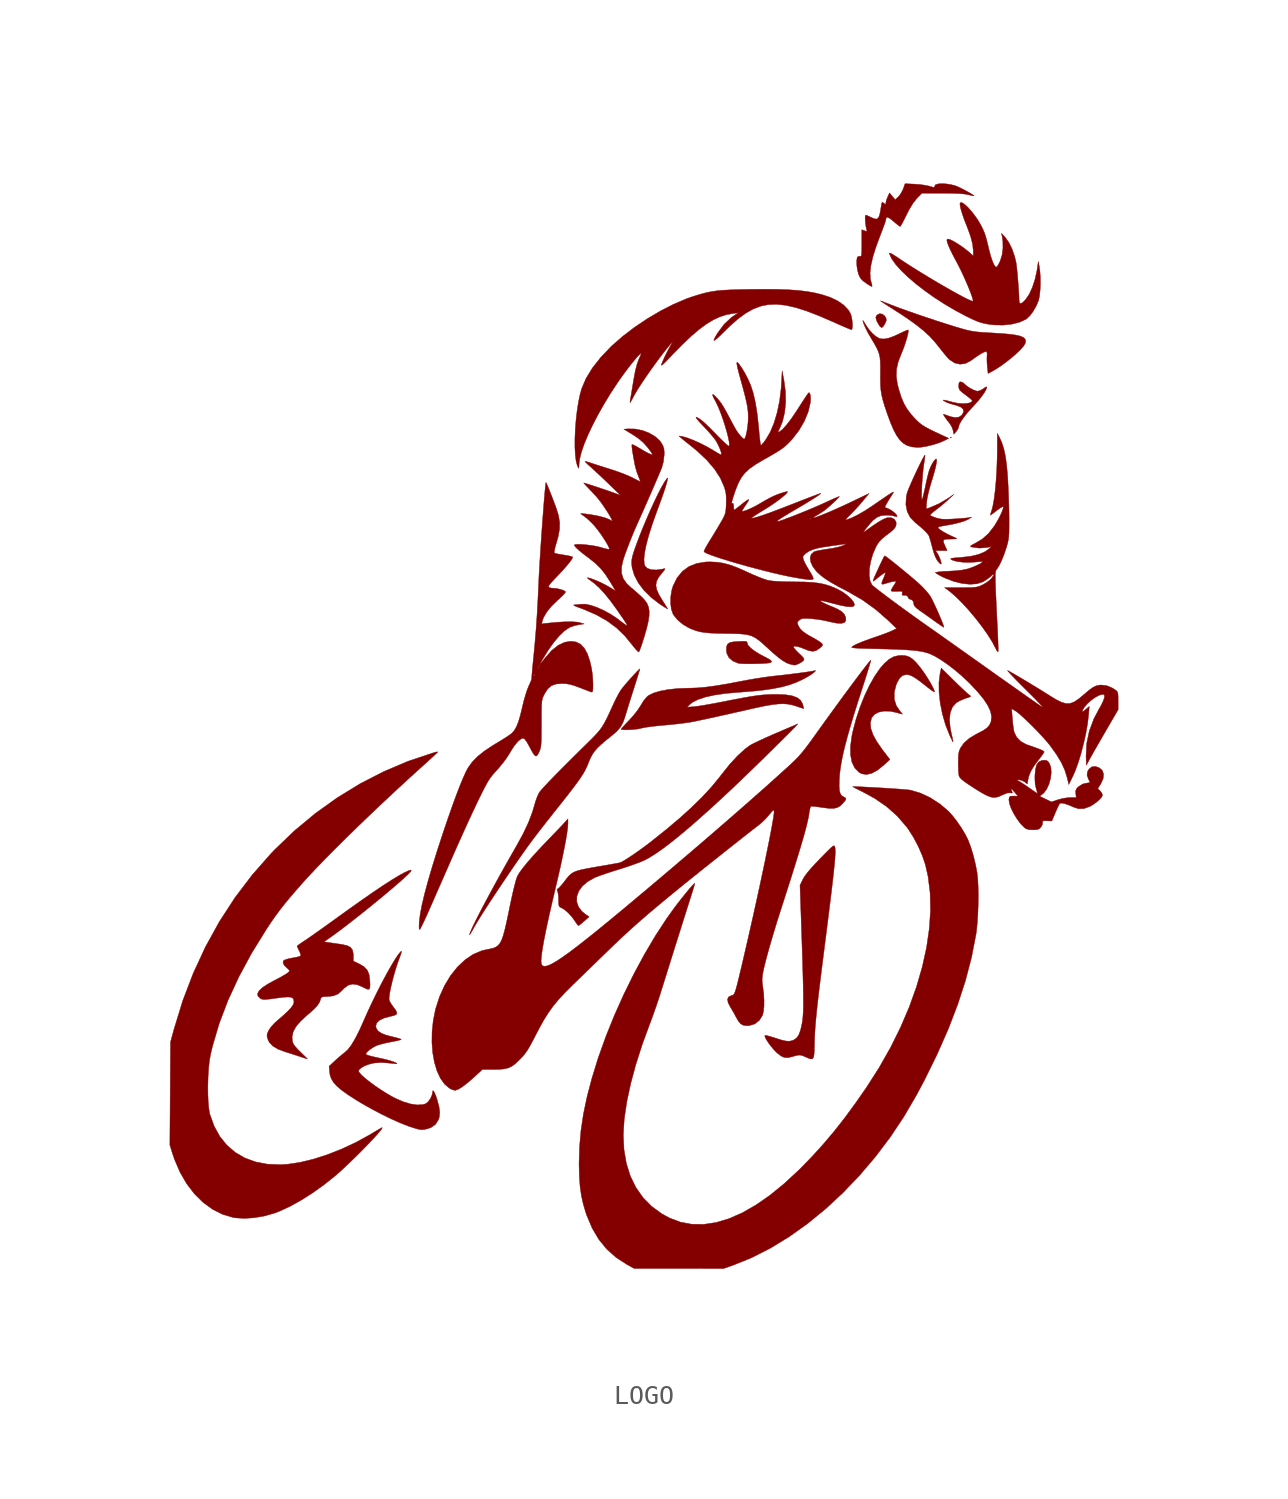
<source format=kicad_sym>
(kicad_symbol_lib
  (version 20220914)
  (generator "bitmap2component")
  (generator_version "9.0")
  (symbol "LOGO"
    (pin_names
      (offset 1.016))
    (property "Reference" "#G"
      (at 0 27.981 0)
      (effects (font (size 1.27 1.27)) hide))
    (symbol "LOGO_0_0"
      (polyline (pts (xy 4.728 -28.431) (xy 5.677 -28.046) (xy 6.67 -27.541) (xy 7.655 -26.94) (xy 8.624 -26.25) (xy 9.572 -25.476) (xy 10.489 -24.625) (xy 11.37 -23.705) (xy 12.206 -22.722) (xy 12.991 -21.683) (xy 13.717 -20.594) (xy 14.377 -19.462) (xy 14.791 -18.683) (xy 15.472 -17.3) (xy 16.059 -15.964) (xy 16.555 -14.671) (xy 16.962 -13.415) (xy 17.281 -12.191) (xy 17.513 -10.996) (xy 17.541 -10.803) (xy 17.582 -10.389) (xy 17.612 -9.922) (xy 17.63 -9.429) (xy 17.636 -8.937) (xy 17.628 -8.473) (xy 17.607 -8.063) (xy 17.572 -7.736) (xy 17.489 -7.292) (xy 17.371 -6.812) (xy 17.233 -6.36) (xy 17.086 -5.977) (xy 16.941 -5.694) (xy 16.741 -5.363) (xy 16.512 -5.029) (xy 16.279 -4.726) (xy 16.065 -4.49) (xy 15.62 -4.11) (xy 15.111 -3.78) (xy 14.579 -3.529) (xy 14.049 -3.373) (xy 14.037 -3.371) (xy 13.916 -3.357) (xy 13.714 -3.339) (xy 13.447 -3.318) (xy 13.132 -3.297) (xy 12.788 -3.274) (xy 12.431 -3.252) (xy 12.08 -3.232) (xy 11.751 -3.215) (xy 11.462 -3.201) (xy 11.23 -3.191) (xy 11.073 -3.188) (xy 11.008 -3.191) (xy 11.043 -3.214) (xy 11.159 -3.276) (xy 11.337 -3.366) (xy 11.558 -3.476) (xy 12.162 -3.804) (xy 12.807 -4.249) (xy 13.371 -4.753) (xy 13.864 -5.325) (xy 13.93 -5.415) (xy 14.208 -5.849) (xy 14.467 -6.338) (xy 14.686 -6.838) (xy 14.845 -7.308) (xy 14.986 -7.932) (xy 15.094 -8.801) (xy 15.115 -9.72) (xy 15.051 -10.683) (xy 14.906 -11.681) (xy 14.679 -12.708) (xy 14.374 -13.756) (xy 13.993 -14.818) (xy 13.536 -15.887) (xy 13.007 -16.954) (xy 12.407 -18.014) (xy 11.739 -19.057) (xy 11.167 -19.879) (xy 10.599 -20.654) (xy 10.041 -21.364) (xy 9.479 -22.032) (xy 8.896 -22.675) (xy 8.277 -23.313) (xy 8.166 -23.423) (xy 7.393 -24.14) (xy 6.637 -24.755) (xy 5.899 -25.268) (xy 5.18 -25.678) (xy 4.482 -25.985) (xy 3.806 -26.187) (xy 3.153 -26.286) (xy 2.524 -26.279) (xy 1.921 -26.168) (xy 1.345 -25.951) (xy 0.943 -25.732) (xy 0.406 -25.341) (xy -0.052 -24.877) (xy -0.428 -24.342) (xy -0.722 -23.741) (xy -0.932 -23.076) (xy -1.057 -22.35) (xy -1.095 -21.566) (xy -1.045 -20.727) (xy -1.041 -20.697) (xy -0.909 -19.812) (xy -0.705 -18.857) (xy -0.43 -17.841) (xy -0.089 -16.775) (xy 0.318 -15.669) (xy 0.351 -15.583) (xy 0.477 -15.24) (xy 0.616 -14.846) (xy 0.752 -14.443) (xy 0.872 -14.074) (xy 1.01 -13.633) (xy 1.31 -12.674) (xy 1.578 -11.82) (xy 1.813 -11.071) (xy 2.016 -10.426) (xy 2.187 -9.884) (xy 2.325 -9.447) (xy 2.431 -9.113) (xy 2.505 -8.882) (xy 2.568 -8.684) (xy 2.627 -8.485) (xy 2.664 -8.346) (xy 2.672 -8.289) (xy 2.669 -8.288) (xy 2.617 -8.333) (xy 2.512 -8.447) (xy 2.366 -8.617) (xy 2.192 -8.829) (xy 2 -9.067) (xy 1.803 -9.318) (xy 1.614 -9.566) (xy 1.187 -10.16) (xy 0.599 -11.061) (xy 0.02 -12.04) (xy -0.54 -13.079) (xy -1.071 -14.157) (xy -1.564 -15.258) (xy -2.01 -16.362) (xy -2.4 -17.45) (xy -2.44 -17.571) (xy -2.756 -18.596) (xy -3.007 -19.553) (xy -3.197 -20.461) (xy -3.328 -21.337) (xy -3.404 -22.199) (xy -3.429 -23.063) (xy -3.428 -23.208) (xy -3.412 -23.797) (xy -3.373 -24.311) (xy -3.305 -24.777) (xy -3.206 -25.221) (xy -3.072 -25.671) (xy -3.025 -25.807) (xy -2.737 -26.489) (xy -2.385 -27.084) (xy -1.963 -27.599) (xy -1.468 -28.039) (xy -0.895 -28.409) (xy -0.522 -28.614) (xy 1.842 -28.615) (xy 4.206 -28.616) (xy 4.728 -28.431)) (stroke (width 0.01) (type default)) (fill (type outline)))
      (polyline (pts (xy -20.578 -25.939) (xy -20.043 -25.848) (xy -19.517 -25.7) (xy -19.234 -25.593) (xy -18.687 -25.34) (xy -18.102 -25.017) (xy -17.5 -24.635) (xy -16.897 -24.205) (xy -16.313 -23.739) (xy -16.312 -23.739) (xy -16.084 -23.54) (xy -15.83 -23.308) (xy -15.56 -23.053) (xy -15.281 -22.783) (xy -15.003 -22.508) (xy -14.734 -22.236) (xy -14.484 -21.977) (xy -14.261 -21.739) (xy -14.073 -21.533) (xy -13.93 -21.366) (xy -13.84 -21.248) (xy -13.812 -21.187) (xy -13.855 -21.194) (xy -13.859 -21.196) (xy -13.978 -21.264) (xy -14.152 -21.367) (xy -14.346 -21.484) (xy -14.471 -21.559) (xy -15.19 -21.954) (xy -15.937 -22.304) (xy -16.693 -22.603) (xy -17.437 -22.843) (xy -18.149 -23.015) (xy -18.807 -23.114) (xy -19.187 -23.137) (xy -19.869 -23.11) (xy -20.497 -22.991) (xy -21.065 -22.783) (xy -21.572 -22.487) (xy -22.013 -22.107) (xy -22.386 -21.644) (xy -22.685 -21.101) (xy -22.909 -20.479) (xy -22.922 -20.425) (xy -22.968 -20.148) (xy -22.998 -19.793) (xy -23.014 -19.383) (xy -23.016 -18.942) (xy -23.003 -18.495) (xy -22.976 -18.066) (xy -22.936 -17.679) (xy -22.882 -17.359) (xy -22.77 -16.886) (xy -22.417 -15.689) (xy -21.955 -14.473) (xy -21.387 -13.239) (xy -20.712 -11.988) (xy -19.93 -10.721) (xy -19.924 -10.711) (xy -19.682 -10.348) (xy -19.454 -10.021) (xy -19.225 -9.71) (xy -18.98 -9.396) (xy -18.703 -9.06) (xy -18.38 -8.684) (xy -17.996 -8.247) (xy -17.771 -7.997) (xy -17.348 -7.545) (xy -16.858 -7.037) (xy -16.308 -6.481) (xy -15.709 -5.887) (xy -15.071 -5.264) (xy -14.402 -4.622) (xy -13.713 -3.969) (xy -13.012 -3.315) (xy -12.309 -2.669) (xy -11.614 -2.04) (xy -11.404 -1.85) (xy -11.197 -1.661) (xy -11.033 -1.509) (xy -10.925 -1.405) (xy -10.886 -1.363) (xy -10.902 -1.355) (xy -10.982 -1.367) (xy -11.131 -1.409) (xy -12.442 -1.847) (xy -13.724 -2.389) (xy -14.972 -3.03) (xy -16.178 -3.768) (xy -17.338 -4.598) (xy -18.445 -5.517) (xy -19.492 -6.521) (xy -19.677 -6.714) (xy -20.672 -7.845) (xy -21.581 -9.043) (xy -22.403 -10.307) (xy -23.137 -11.637) (xy -23.783 -13.03) (xy -24.339 -14.484) (xy -24.804 -15.999) (xy -24.984 -16.658) (xy -25.002 -19.379) (xy -25.02 -22.1) (xy -24.88 -22.55) (xy -24.773 -22.864) (xy -24.483 -23.537) (xy -24.133 -24.142) (xy -23.727 -24.673) (xy -23.274 -25.123) (xy -22.779 -25.485) (xy -22.249 -25.754) (xy -21.689 -25.921) (xy -21.559 -25.943) (xy -21.093 -25.972) (xy -20.578 -25.939)) (stroke (width 0.01) (type default)) (fill (type outline)))
      (polyline (pts (xy -11.6 -21.281) (xy -11.436 -21.244) (xy -11.242 -21.179) (xy -11.009 -21.015) (xy -10.851 -20.77) (xy -10.806 -20.633) (xy -10.781 -20.384) (xy -10.817 -20.084) (xy -10.915 -19.715) (xy -10.974 -19.539) (xy -11.049 -19.35) (xy -11.108 -19.247) (xy -11.147 -19.236) (xy -11.161 -19.324) (xy -11.186 -19.463) (xy -11.271 -19.65) (xy -11.39 -19.817) (xy -11.516 -19.919) (xy -11.668 -19.967) (xy -11.967 -19.985) (xy -12.323 -19.932) (xy -12.719 -19.812) (xy -13.14 -19.627) (xy -13.28 -19.553) (xy -13.578 -19.382) (xy -13.884 -19.189) (xy -14.183 -18.986) (xy -14.461 -18.783) (xy -14.703 -18.591) (xy -14.894 -18.421) (xy -15.019 -18.285) (xy -15.064 -18.194) (xy -15.039 -18.13) (xy -14.928 -18.029) (xy -14.751 -17.929) (xy -14.531 -17.843) (xy -14.294 -17.783) (xy -14.23 -17.772) (xy -13.884 -17.746) (xy -13.497 -17.772) (xy -13.435 -17.78) (xy -13.239 -17.8) (xy -13.098 -17.811) (xy -13.038 -17.809) (xy -13.035 -17.802) (xy -13.085 -17.764) (xy -13.213 -17.711) (xy -13.398 -17.65) (xy -13.615 -17.59) (xy -13.844 -17.537) (xy -14.041 -17.496) (xy -14.334 -17.43) (xy -14.532 -17.377) (xy -14.644 -17.334) (xy -14.679 -17.299) (xy -14.673 -17.273) (xy -14.599 -17.178) (xy -14.466 -17.063) (xy -14.3 -16.95) (xy -14.13 -16.86) (xy -14.065 -16.836) (xy -13.863 -16.775) (xy -13.61 -16.713) (xy -13.346 -16.66) (xy -13.195 -16.632) (xy -12.996 -16.589) (xy -12.861 -16.553) (xy -12.81 -16.528) (xy -12.819 -16.519) (xy -12.906 -16.485) (xy -13.066 -16.439) (xy -13.274 -16.389) (xy -13.614 -16.301) (xy -13.87 -16.198) (xy -14.039 -16.079) (xy -14.132 -15.936) (xy -14.156 -15.832) (xy -14.113 -15.665) (xy -13.967 -15.521) (xy -13.719 -15.402) (xy -13.373 -15.31) (xy -13.207 -15.272) (xy -13.075 -15.214) (xy -13.038 -15.131) (xy -13.089 -15.006) (xy -13.224 -14.821) (xy -13.3 -14.719) (xy -13.397 -14.566) (xy -13.448 -14.455) (xy -13.452 -14.322) (xy -13.425 -14.104) (xy -13.37 -13.822) (xy -13.294 -13.495) (xy -13.201 -13.143) (xy -13.097 -12.786) (xy -12.985 -12.442) (xy -12.87 -12.133) (xy -12.824 -12.005) (xy -12.797 -11.901) (xy -12.809 -11.874) (xy -12.84 -11.899) (xy -12.951 -12.028) (xy -13.097 -12.241) (xy -13.273 -12.526) (xy -13.472 -12.871) (xy -13.688 -13.265) (xy -13.914 -13.695) (xy -14.143 -14.15) (xy -14.37 -14.617) (xy -14.588 -15.085) (xy -14.79 -15.541) (xy -15.006 -16.022) (xy -15.229 -16.466) (xy -15.433 -16.811) (xy -15.623 -17.062) (xy -15.799 -17.224) (xy -15.81 -17.232) (xy -15.942 -17.335) (xy -16.115 -17.482) (xy -16.295 -17.643) (xy -16.618 -17.943) (xy -16.593 -18.237) (xy -16.573 -18.385) (xy -16.506 -18.59) (xy -16.39 -18.787) (xy -16.213 -18.987) (xy -15.965 -19.199) (xy -15.637 -19.435) (xy -15.219 -19.706) (xy -14.876 -19.913) (xy -14.367 -20.201) (xy -13.847 -20.474) (xy -13.338 -20.723) (xy -12.858 -20.937) (xy -12.428 -21.106) (xy -12.068 -21.223) (xy -11.978 -21.247) (xy -11.826 -21.283) (xy -11.715 -21.294) (xy -11.6 -21.281)) (stroke (width 0.01) (type default)) (fill (type outline)))
      (polyline (pts (xy -9.944 -19.212) (xy -9.782 -19.15) (xy -9.558 -19.008) (xy -9.279 -18.791) (xy -8.953 -18.504) (xy -8.532 -18.115) (xy -8.001 -18.115) (xy -7.643 -18.109) (xy -7.368 -18.083) (xy -7.149 -18.029) (xy -6.96 -17.936) (xy -6.775 -17.795) (xy -6.567 -17.596) (xy -6.516 -17.545) (xy -6.379 -17.396) (xy -6.259 -17.249) (xy -6.144 -17.082) (xy -6.022 -16.875) (xy -5.878 -16.61) (xy -5.7 -16.265) (xy -5.548 -15.973) (xy -5.297 -15.518) (xy -5.05 -15.124) (xy -4.791 -14.763) (xy -4.499 -14.411) (xy -4.157 -14.043) (xy -3.746 -13.635) (xy -3.604 -13.497) (xy -3.298 -13.2) (xy -2.95 -12.862) (xy -2.581 -12.504) (xy -2.215 -12.149) (xy -1.874 -11.818) (xy -1.579 -11.532) (xy -1.147 -11.124) (xy -0.716 -10.727) (xy -0.271 -10.331) (xy 0.202 -9.92) (xy 0.718 -9.484) (xy 1.293 -9.007) (xy 1.941 -8.478) (xy 2.186 -8.279) (xy 2.536 -7.997) (xy 2.924 -7.686) (xy 3.337 -7.356) (xy 3.764 -7.017) (xy 4.19 -6.678) (xy 4.606 -6.349) (xy 4.997 -6.04) (xy 5.352 -5.76) (xy 5.658 -5.52) (xy 5.903 -5.33) (xy 6.075 -5.198) (xy 6.224 -5.073) (xy 6.424 -4.877) (xy 6.597 -4.679) (xy 6.723 -4.526) (xy 6.802 -4.446) (xy 6.844 -4.436) (xy 6.863 -4.485) (xy 6.864 -4.497) (xy 6.855 -4.622) (xy 6.824 -4.843) (xy 6.771 -5.153) (xy 6.699 -5.543) (xy 6.61 -6.005) (xy 6.504 -6.529) (xy 6.385 -7.109) (xy 6.254 -7.735) (xy 6.112 -8.398) (xy 5.961 -9.091) (xy 5.804 -9.805) (xy 5.641 -10.531) (xy 5.475 -11.261) (xy 5.308 -11.987) (xy 5.141 -12.7) (xy 5.083 -12.941) (xy 4.991 -13.326) (xy 4.917 -13.623) (xy 4.858 -13.843) (xy 4.809 -13.997) (xy 4.768 -14.099) (xy 4.729 -14.159) (xy 4.69 -14.19) (xy 4.646 -14.203) (xy 4.617 -14.209) (xy 4.464 -14.283) (xy 4.404 -14.41) (xy 4.437 -14.593) (xy 4.562 -14.834) (xy 4.617 -14.923) (xy 4.742 -15.136) (xy 4.843 -15.326) (xy 4.845 -15.33) (xy 4.979 -15.565) (xy 5.106 -15.71) (xy 5.249 -15.785) (xy 5.428 -15.806) (xy 5.561 -15.798) (xy 5.848 -15.708) (xy 6.081 -15.525) (xy 6.249 -15.257) (xy 6.299 -15.065) (xy 6.327 -14.793) (xy 6.331 -14.467) (xy 6.312 -14.117) (xy 6.269 -13.769) (xy 6.237 -13.541) (xy 6.229 -13.348) (xy 6.248 -13.148) (xy 6.295 -12.892) (xy 6.357 -12.622) (xy 6.449 -12.263) (xy 6.565 -11.836) (xy 6.701 -11.36) (xy 6.852 -10.852) (xy 7.011 -10.33) (xy 7.175 -9.814) (xy 7.195 -9.75) (xy 7.37 -9.206) (xy 7.516 -8.75) (xy 7.639 -8.366) (xy 7.744 -8.037) (xy 7.835 -7.748) (xy 7.918 -7.484) (xy 7.998 -7.228) (xy 8.079 -6.965) (xy 8.166 -6.68) (xy 8.254 -6.391) (xy 8.406 -5.872) (xy 8.525 -5.441) (xy 8.615 -5.084) (xy 8.679 -4.79) (xy 8.718 -4.548) (xy 8.736 -4.436) (xy 8.769 -4.297) (xy 8.801 -4.231) (xy 8.838 -4.226) (xy 8.968 -4.234) (xy 9.163 -4.256) (xy 9.399 -4.291) (xy 9.459 -4.3) (xy 9.776 -4.338) (xy 10.015 -4.338) (xy 10.199 -4.295) (xy 10.353 -4.205) (xy 10.498 -4.063) (xy 10.607 -3.933) (xy 10.655 -3.844) (xy 10.632 -3.787) (xy 10.543 -3.738) (xy 10.431 -3.668) (xy 10.354 -3.559) (xy 10.31 -3.395) (xy 10.294 -3.159) (xy 10.302 -2.831) (xy 10.318 -2.582) (xy 10.355 -2.255) (xy 10.412 -1.9) (xy 10.491 -1.507) (xy 10.595 -1.067) (xy 10.726 -0.57) (xy 10.886 -0.008) (xy 11.078 0.63) (xy 11.305 1.351) (xy 11.567 2.167) (xy 11.655 2.439) (xy 11.76 2.769) (xy 11.847 3.052) (xy 11.913 3.274) (xy 11.953 3.421) (xy 11.963 3.477) (xy 11.945 3.465) (xy 11.869 3.377) (xy 11.739 3.215) (xy 11.563 2.987) (xy 11.345 2.7) (xy 11.094 2.365) (xy 10.815 1.99) (xy 10.514 1.583) (xy 10.2 1.153) (xy 9.877 0.709) (xy 9.552 0.26) (xy 9.232 -0.186) (xy 9.213 -0.212) (xy 8.939 -0.594) (xy 8.715 -0.902) (xy 8.528 -1.152) (xy 8.364 -1.359) (xy 8.212 -1.537) (xy 8.057 -1.703) (xy 7.887 -1.871) (xy 7.689 -2.057) (xy 7.449 -2.275) (xy 7.252 -2.454) (xy 6.447 -3.177) (xy 5.566 -3.957) (xy 4.619 -4.786) (xy 3.614 -5.657) (xy 2.561 -6.562) (xy 1.468 -7.493) (xy 0.346 -8.442) (xy -0.797 -9.401) (xy -1.265 -9.791) (xy -1.95 -10.357) (xy -2.56 -10.855) (xy -3.099 -11.286) (xy -3.57 -11.653) (xy -3.977 -11.959) (xy -4.325 -12.207) (xy -4.617 -12.399) (xy -4.857 -12.537) (xy -5.05 -12.626) (xy -5.199 -12.667) (xy -5.308 -12.662) (xy -5.381 -12.616) (xy -5.422 -12.529) (xy -5.433 -12.374) (xy -5.414 -12.117) (xy -5.363 -11.758) (xy -5.282 -11.296) (xy -5.169 -10.731) (xy -5.025 -10.063) (xy -4.85 -9.29) (xy -4.643 -8.412) (xy -4.606 -8.255) (xy -4.46 -7.625) (xy -4.332 -7.04) (xy -4.223 -6.509) (xy -4.134 -6.044) (xy -4.069 -5.654) (xy -4.029 -5.349) (xy -4.015 -5.141) (xy -4.016 -4.893) (xy -4.216 -5.113) (xy -4.249 -5.149) (xy -4.382 -5.292) (xy -4.566 -5.484) (xy -4.779 -5.707) (xy -5.003 -5.938) (xy -5.422 -6.376) (xy -5.807 -6.793) (xy -6.131 -7.162) (xy -6.388 -7.477) (xy -6.575 -7.73) (xy -6.684 -7.917) (xy -6.702 -7.962) (xy -6.758 -8.135) (xy -6.826 -8.389) (xy -6.904 -8.702) (xy -6.984 -9.056) (xy -7.064 -9.429) (xy -7.066 -9.441) (xy -7.178 -9.986) (xy -7.274 -10.434) (xy -7.359 -10.794) (xy -7.44 -11.079) (xy -7.52 -11.296) (xy -7.607 -11.458) (xy -7.705 -11.575) (xy -7.819 -11.655) (xy -7.956 -11.711) (xy -8.121 -11.752) (xy -8.319 -11.789) (xy -8.582 -11.854) (xy -9.029 -12.047) (xy -9.454 -12.336) (xy -9.85 -12.711) (xy -10.21 -13.164) (xy -10.525 -13.685) (xy -10.788 -14.266) (xy -10.992 -14.898) (xy -11.011 -14.971) (xy -11.125 -15.549) (xy -11.185 -16.128) (xy -11.192 -16.695) (xy -11.15 -17.236) (xy -11.06 -17.739) (xy -10.924 -18.191) (xy -10.745 -18.578) (xy -10.524 -18.888) (xy -10.266 -19.107) (xy -10.246 -19.118) (xy -10.097 -19.187) (xy -9.974 -19.215) (xy -9.944 -19.212)) (stroke (width 0.01) (type default)) (fill (type outline)))
      (polyline (pts (xy -17.773 -17.547) (xy -17.844 -17.474) (xy -17.968 -17.35) (xy -18.13 -17.193) (xy -18.279 -17.046) (xy -18.428 -16.878) (xy -18.515 -16.742) (xy -18.556 -16.616) (xy -18.572 -16.398) (xy -18.515 -16.131) (xy -18.369 -15.858) (xy -18.128 -15.571) (xy -17.789 -15.259) (xy -17.608 -15.105) (xy -17.381 -14.895) (xy -17.224 -14.72) (xy -17.125 -14.565) (xy -17.069 -14.415) (xy -17.048 -14.348) (xy -17.001 -14.294) (xy -16.907 -14.271) (xy -16.733 -14.267) (xy -16.721 -14.267) (xy -16.393 -14.231) (xy -16.133 -14.122) (xy -15.921 -13.931) (xy -15.83 -13.831) (xy -15.616 -13.67) (xy -15.386 -13.608) (xy -15.127 -13.643) (xy -14.823 -13.773) (xy -14.742 -13.816) (xy -14.599 -13.879) (xy -14.511 -13.881) (xy -14.468 -13.809) (xy -14.457 -13.653) (xy -14.468 -13.399) (xy -14.509 -13.101) (xy -14.606 -12.869) (xy -14.777 -12.689) (xy -15.038 -12.537) (xy -15.339 -12.394) (xy -15.339 -12.103) (xy -15.342 -12.011) (xy -15.385 -11.808) (xy -15.491 -11.667) (xy -15.674 -11.574) (xy -15.951 -11.515) (xy -16.108 -11.492) (xy -16.37 -11.454) (xy -16.595 -11.422) (xy -16.889 -11.38) (xy -16.568 -11.155) (xy -16.561 -11.15) (xy -16.268 -10.939) (xy -15.934 -10.689) (xy -15.569 -10.409) (xy -15.181 -10.106) (xy -14.782 -9.789) (xy -14.381 -9.466) (xy -13.988 -9.144) (xy -13.613 -8.834) (xy -13.266 -8.541) (xy -12.957 -8.274) (xy -12.695 -8.043) (xy -12.49 -7.854) (xy -12.353 -7.716) (xy -12.293 -7.636) (xy -12.289 -7.596) (xy -12.34 -7.596) (xy -12.468 -7.644) (xy -12.666 -7.737) (xy -12.958 -7.898) (xy -13.319 -8.118) (xy -13.754 -8.398) (xy -14.263 -8.74) (xy -14.85 -9.147) (xy -15.517 -9.619) (xy -16.267 -10.159) (xy -16.282 -10.17) (xy -16.634 -10.423) (xy -16.976 -10.668) (xy -17.292 -10.893) (xy -17.567 -11.086) (xy -17.785 -11.237) (xy -17.93 -11.334) (xy -17.988 -11.371) (xy -18.151 -11.482) (xy -18.265 -11.565) (xy -18.308 -11.605) (xy -18.303 -11.622) (xy -18.263 -11.714) (xy -18.196 -11.852) (xy -18.166 -11.915) (xy -18.118 -12.045) (xy -18.112 -12.117) (xy -18.116 -12.121) (xy -18.195 -12.153) (xy -18.349 -12.191) (xy -18.55 -12.228) (xy -18.578 -12.233) (xy -18.781 -12.276) (xy -18.94 -12.325) (xy -19.023 -12.37) (xy -19.051 -12.483) (xy -18.982 -12.623) (xy -18.82 -12.78) (xy -18.799 -12.797) (xy -18.716 -12.872) (xy -18.712 -12.926) (xy -18.779 -12.999) (xy -18.781 -13.001) (xy -18.873 -13.067) (xy -19.041 -13.167) (xy -19.259 -13.289) (xy -19.506 -13.418) (xy -19.823 -13.59) (xy -20.117 -13.782) (xy -20.306 -13.953) (xy -20.391 -14.105) (xy -20.374 -14.239) (xy -20.255 -14.358) (xy -20.201 -14.389) (xy -20.133 -14.414) (xy -20.041 -14.423) (xy -19.904 -14.416) (xy -19.702 -14.392) (xy -19.412 -14.352) (xy -19.351 -14.344) (xy -19.023 -14.303) (xy -18.787 -14.289) (xy -18.628 -14.304) (xy -18.533 -14.35) (xy -18.485 -14.432) (xy -18.473 -14.552) (xy -18.475 -14.585) (xy -18.519 -14.706) (xy -18.622 -14.854) (xy -18.794 -15.039) (xy -19.04 -15.268) (xy -19.37 -15.552) (xy -19.519 -15.689) (xy -19.693 -15.886) (xy -19.808 -16.061) (xy -19.847 -16.144) (xy -19.892 -16.273) (xy -19.89 -16.385) (xy -19.845 -16.534) (xy -19.766 -16.692) (xy -19.585 -16.881) (xy -19.313 -17.042) (xy -18.94 -17.181) (xy -18.735 -17.245) (xy -18.438 -17.34) (xy -18.17 -17.428) (xy -18.143 -17.437) (xy -17.958 -17.498) (xy -17.823 -17.543) (xy -17.764 -17.561) (xy -17.773 -17.547)) (stroke (width 0.01) (type default)) (fill (type outline)))
      (polyline (pts (xy 8.886 -17.549) (xy 8.94 -17.477) (xy 8.969 -17.33) (xy 8.984 -17.098) (xy 8.991 -16.768) (xy 8.992 -16.711) (xy 9 -16.439) (xy 9.014 -16.156) (xy 9.034 -15.849) (xy 9.063 -15.508) (xy 9.1 -15.122) (xy 9.147 -14.681) (xy 9.205 -14.174) (xy 9.276 -13.591) (xy 9.359 -12.92) (xy 9.457 -12.15) (xy 9.479 -11.977) (xy 9.593 -11.081) (xy 9.694 -10.287) (xy 9.781 -9.587) (xy 9.857 -8.977) (xy 9.92 -8.45) (xy 9.972 -7.998) (xy 10.014 -7.617) (xy 10.046 -7.299) (xy 10.069 -7.039) (xy 10.083 -6.83) (xy 10.09 -6.666) (xy 10.089 -6.54) (xy 10.083 -6.447) (xy 10.07 -6.379) (xy 10.063 -6.356) (xy 10.044 -6.317) (xy 10.012 -6.309) (xy 9.956 -6.338) (xy 9.866 -6.413) (xy 9.73 -6.543) (xy 9.54 -6.735) (xy 9.283 -6.997) (xy 9.146 -7.14) (xy 8.856 -7.452) (xy 8.637 -7.705) (xy 8.482 -7.911) (xy 8.383 -8.079) (xy 8.229 -8.393) (xy 8.322 -11.124) (xy 8.344 -11.788) (xy 8.366 -12.488) (xy 8.383 -13.094) (xy 8.396 -13.614) (xy 8.404 -14.057) (xy 8.407 -14.432) (xy 8.406 -14.746) (xy 8.401 -15.009) (xy 8.39 -15.229) (xy 8.376 -15.414) (xy 8.356 -15.573) (xy 8.332 -15.715) (xy 8.332 -15.716) (xy 8.256 -16.045) (xy 8.168 -16.282) (xy 8.058 -16.443) (xy 7.919 -16.547) (xy 7.813 -16.593) (xy 7.663 -16.623) (xy 7.486 -16.613) (xy 7.256 -16.561) (xy 6.951 -16.465) (xy 6.833 -16.426) (xy 6.626 -16.364) (xy 6.469 -16.324) (xy 6.387 -16.314) (xy 6.372 -16.328) (xy 6.388 -16.409) (xy 6.457 -16.543) (xy 6.566 -16.711) (xy 6.701 -16.893) (xy 6.849 -17.069) (xy 6.997 -17.22) (xy 7.009 -17.231) (xy 7.218 -17.398) (xy 7.402 -17.481) (xy 7.596 -17.491) (xy 7.833 -17.436) (xy 7.907 -17.413) (xy 8.091 -17.364) (xy 8.228 -17.354) (xy 8.36 -17.384) (xy 8.529 -17.456) (xy 8.678 -17.521) (xy 8.802 -17.56) (xy 8.886 -17.549)) (stroke (width 0.01) (type default)) (fill (type outline)))
      (polyline (pts (xy -9.166 -10.958) (xy -9.076 -10.808) (xy -8.94 -10.564) (xy -8.889 -10.473) (xy -8.742 -10.229) (xy -8.546 -9.915) (xy -8.309 -9.545) (xy -8.04 -9.133) (xy -7.749 -8.692) (xy -7.444 -8.236) (xy -7.134 -7.778) (xy -6.83 -7.332) (xy -6.538 -6.912) (xy -6.27 -6.532) (xy -6.034 -6.204) (xy -5.936 -6.072) (xy -5.819 -5.915) (xy -5.697 -5.754) (xy -5.561 -5.576) (xy -5.401 -5.371) (xy -5.209 -5.125) (xy -4.975 -4.829) (xy -4.691 -4.47) (xy -4.347 -4.036) (xy -4.027 -3.63) (xy -3.751 -3.273) (xy -3.529 -2.976) (xy -3.354 -2.727) (xy -3.216 -2.514) (xy -3.107 -2.323) (xy -3.02 -2.143) (xy -2.945 -1.962) (xy -2.923 -1.904) (xy -2.83 -1.684) (xy -2.73 -1.495) (xy -2.61 -1.321) (xy -2.455 -1.146) (xy -2.253 -0.953) (xy -1.989 -0.728) (xy -1.649 -0.454) (xy -1.421 -0.255) (xy -1.234 -0.034) (xy -1.099 0.219) (xy -0.988 0.544) (xy -0.94 0.706) (xy -0.863 0.959) (xy -0.767 1.269) (xy -0.659 1.61) (xy -0.548 1.959) (xy -0.535 1.999) (xy -0.436 2.313) (xy -0.349 2.588) (xy -0.281 2.808) (xy -0.236 2.957) (xy -0.22 3.018) (xy -0.224 3.02) (xy -0.279 2.976) (xy -0.384 2.871) (xy -0.524 2.722) (xy -0.684 2.546) (xy -0.849 2.36) (xy -1.003 2.181) (xy -1.132 2.025) (xy -1.219 1.91) (xy -1.233 1.89) (xy -1.339 1.712) (xy -1.461 1.484) (xy -1.575 1.25) (xy -1.675 1.031) (xy -1.839 0.675) (xy -1.975 0.391) (xy -2.095 0.161) (xy -2.211 -0.032) (xy -2.336 -0.206) (xy -2.483 -0.379) (xy -2.662 -0.569) (xy -2.887 -0.794) (xy -3.17 -1.072) (xy -3.346 -1.245) (xy -3.844 -1.738) (xy -4.287 -2.181) (xy -4.67 -2.569) (xy -4.989 -2.898) (xy -5.24 -3.164) (xy -5.42 -3.363) (xy -5.523 -3.491) (xy -5.559 -3.553) (xy -5.64 -3.733) (xy -5.724 -3.967) (xy -5.798 -4.221) (xy -5.888 -4.525) (xy -6.098 -5.08) (xy -6.383 -5.686) (xy -6.749 -6.353) (xy -6.776 -6.399) (xy -7.068 -6.909) (xy -7.367 -7.437) (xy -7.664 -7.971) (xy -7.953 -8.499) (xy -8.228 -9.007) (xy -8.482 -9.483) (xy -8.707 -9.915) (xy -8.897 -10.29) (xy -9.045 -10.595) (xy -9.145 -10.817) (xy -9.151 -10.831) (xy -9.204 -10.971) (xy -9.209 -11.013) (xy -9.166 -10.958)) (stroke (width 0.01) (type default)) (fill (type outline)))
      (polyline (pts (xy -11.832 -10.727) (xy -11.787 -10.653) (xy -11.707 -10.496) (xy -11.6 -10.273) (xy -11.474 -9.999) (xy -11.336 -9.69) (xy -11.264 -9.526) (xy -11.112 -9.178) (xy -10.93 -8.763) (xy -10.727 -8.301) (xy -10.513 -7.814) (xy -10.297 -7.321) (xy -10.088 -6.845) (xy -9.977 -6.592) (xy -9.755 -6.094) (xy -9.526 -5.585) (xy -9.3 -5.089) (xy -9.087 -4.627) (xy -8.897 -4.222) (xy -8.741 -3.895) (xy -8.657 -3.724) (xy -8.493 -3.393) (xy -8.359 -3.135) (xy -8.245 -2.931) (xy -8.138 -2.765) (xy -8.028 -2.616) (xy -7.903 -2.468) (xy -7.752 -2.301) (xy -7.638 -2.174) (xy -7.418 -1.903) (xy -7.222 -1.633) (xy -7.077 -1.402) (xy -7.013 -1.29) (xy -6.838 -1.024) (xy -6.665 -0.816) (xy -6.508 -0.681) (xy -6.38 -0.632) (xy -6.374 -0.632) (xy -6.295 -0.683) (xy -6.19 -0.825) (xy -6.055 -1.064) (xy -5.926 -1.306) (xy -5.82 -1.48) (xy -5.739 -1.567) (xy -5.673 -1.573) (xy -5.609 -1.504) (xy -5.539 -1.367) (xy -5.511 -1.304) (xy -5.477 -1.213) (xy -5.453 -1.111) (xy -5.436 -0.982) (xy -5.425 -0.809) (xy -5.419 -0.576) (xy -5.416 -0.266) (xy -5.415 0.138) (xy -5.415 0.229) (xy -5.415 0.608) (xy -5.412 0.896) (xy -5.407 1.112) (xy -5.395 1.272) (xy -5.377 1.391) (xy -5.351 1.487) (xy -5.314 1.577) (xy -5.266 1.677) (xy -5.253 1.702) (xy -5.086 1.965) (xy -4.889 2.135) (xy -4.642 2.225) (xy -4.32 2.249) (xy -4.133 2.241) (xy -3.924 2.209) (xy -3.695 2.145) (xy -3.409 2.04) (xy -3.26 1.982) (xy -3.046 1.899) (xy -2.881 1.837) (xy -2.79 1.805) (xy -2.769 1.799) (xy -2.729 1.809) (xy -2.707 1.868) (xy -2.696 1.997) (xy -2.694 2.215) (xy -2.704 2.481) (xy -2.732 2.791) (xy -2.773 3.06) (xy -2.855 3.422) (xy -2.989 3.818) (xy -3.151 4.117) (xy -3.348 4.323) (xy -3.583 4.442) (xy -3.86 4.479) (xy -4.181 4.43) (xy -4.523 4.271) (xy -4.863 4.003) (xy -5.199 3.626) (xy -5.258 3.551) (xy -5.39 3.383) (xy -5.461 3.3) (xy -5.477 3.296) (xy -5.441 3.37) (xy -5.358 3.519) (xy -5.355 3.525) (xy -5.065 3.998) (xy -4.769 4.415) (xy -4.478 4.762) (xy -4.2 5.028) (xy -3.947 5.201) (xy -3.873 5.234) (xy -3.666 5.303) (xy -3.452 5.351) (xy -3.161 5.396) (xy -3.409 5.467) (xy -3.527 5.491) (xy -3.796 5.51) (xy -4.153 5.508) (xy -4.585 5.483) (xy -5.08 5.436) (xy -5.404 5.401) (xy -5.365 5.559) (xy -5.303 5.734) (xy -5.133 6.026) (xy -4.881 6.336) (xy -4.558 6.648) (xy -4.42 6.772) (xy -4.27 6.918) (xy -4.171 7.029) (xy -4.14 7.087) (xy -4.153 7.106) (xy -4.249 7.164) (xy -4.409 7.219) (xy -4.599 7.262) (xy -4.783 7.281) (xy -4.875 7.285) (xy -4.993 7.307) (xy -5.037 7.355) (xy -5.006 7.442) (xy -4.897 7.58) (xy -4.709 7.781) (xy -4.514 7.984) (xy -4.236 8.285) (xy -4.018 8.536) (xy -3.864 8.732) (xy -3.78 8.865) (xy -3.77 8.929) (xy -3.78 8.935) (xy -3.878 8.967) (xy -4.048 9.004) (xy -4.26 9.039) (xy -4.317 9.047) (xy -4.518 9.082) (xy -4.668 9.116) (xy -4.739 9.142) (xy -4.743 9.174) (xy -4.725 9.294) (xy -4.681 9.478) (xy -4.616 9.701) (xy -4.535 9.985) (xy -4.461 10.384) (xy -4.454 10.751) (xy -4.514 11.121) (xy -4.642 11.529) (xy -4.758 11.838) (xy -4.877 12.149) (xy -4.985 12.424) (xy -5.075 12.645) (xy -5.14 12.797) (xy -5.175 12.862) (xy -5.182 12.842) (xy -5.198 12.729) (xy -5.218 12.527) (xy -5.244 12.248) (xy -5.273 11.905) (xy -5.304 11.509) (xy -5.337 11.075) (xy -5.371 10.612) (xy -5.405 10.135) (xy -5.438 9.655) (xy -5.469 9.184) (xy -5.497 8.735) (xy -5.522 8.32) (xy -5.542 7.952) (xy -5.556 7.642) (xy -5.559 7.58) (xy -5.6 6.684) (xy -5.646 5.867) (xy -5.698 5.103) (xy -5.76 4.362) (xy -5.831 3.617) (xy -5.834 3.589) (xy -5.867 3.261) (xy -5.873 3.189) (xy -5.553 3.189) (xy -5.525 3.216) (xy -5.498 3.189) (xy -5.525 3.161) (xy -5.553 3.189) (xy -5.873 3.189) (xy -5.884 3.079) (xy -5.608 3.079) (xy -5.58 3.106) (xy -5.553 3.079) (xy -5.58 3.051) (xy -5.608 3.079) (xy -5.884 3.079) (xy -5.894 2.973) (xy -5.914 2.741) (xy -5.917 2.694) (xy -5.828 2.694) (xy -5.8 2.721) (xy -5.773 2.694) (xy -5.8 2.667) (xy -5.828 2.694) (xy -5.917 2.694) (xy -5.925 2.583) (xy -5.927 2.518) (xy -5.926 2.515) (xy -5.946 2.44) (xy -6.003 2.298) (xy -6.085 2.117) (xy -6.164 1.922) (xy -6.253 1.649) (xy -6.343 1.336) (xy -6.421 1.015) (xy -6.422 1.008) (xy -6.527 0.573) (xy -6.628 0.233) (xy -6.732 -0.028) (xy -6.844 -0.223) (xy -6.971 -0.369) (xy -6.991 -0.386) (xy -7.115 -0.477) (xy -7.306 -0.604) (xy -7.542 -0.753) (xy -7.8 -0.909) (xy -7.978 -1.016) (xy -8.429 -1.316) (xy -8.789 -1.606) (xy -9.071 -1.896) (xy -9.286 -2.196) (xy -9.39 -2.391) (xy -9.535 -2.708) (xy -9.706 -3.119) (xy -9.898 -3.617) (xy -10.111 -4.197) (xy -10.341 -4.853) (xy -10.587 -5.577) (xy -10.592 -5.591) (xy -10.905 -6.547) (xy -11.174 -7.411) (xy -11.4 -8.182) (xy -11.582 -8.857) (xy -11.719 -9.437) (xy -11.811 -9.92) (xy -11.859 -10.303) (xy -11.863 -10.359) (xy -11.872 -10.584) (xy -11.863 -10.706) (xy -11.835 -10.73) (xy -11.832 -10.727)) (stroke (width 0.01) (type default)) (fill (type outline)))
      (polyline (pts (xy -3.414 -10.499) (xy -3.307 -10.414) (xy -3.166 -10.293) (xy -2.899 -10.058) (xy -3.09 -9.927) (xy -3.279 -9.772) (xy -3.465 -9.524) (xy -3.553 -9.256) (xy -3.545 -8.978) (xy -3.445 -8.702) (xy -3.254 -8.439) (xy -2.975 -8.2) (xy -2.612 -7.996) (xy -2.509 -7.953) (xy -2.284 -7.869) (xy -1.997 -7.77) (xy -1.674 -7.664) (xy -1.342 -7.56) (xy -1.136 -7.496) (xy -0.789 -7.382) (xy -0.46 -7.266) (xy -0.178 -7.159) (xy 0.027 -7.071) (xy 0.235 -6.962) (xy 0.62 -6.723) (xy 1.072 -6.402) (xy 1.593 -5.999) (xy 2.183 -5.513) (xy 2.842 -4.944) (xy 3.571 -4.291) (xy 4.369 -3.554) (xy 4.542 -3.392) (xy 4.814 -3.134) (xy 5.117 -2.844) (xy 5.443 -2.53) (xy 5.784 -2.2) (xy 6.13 -1.863) (xy 6.474 -1.526) (xy 6.806 -1.2) (xy 7.119 -0.891) (xy 7.404 -0.608) (xy 7.653 -0.36) (xy 7.856 -0.155) (xy 8.005 -0.001) (xy 8.092 0.094) (xy 8.109 0.12) (xy 8.091 0.112) (xy 7.986 0.067) (xy 7.801 -0.013) (xy 7.553 -0.119) (xy 7.257 -0.246) (xy 6.927 -0.387) (xy 6.808 -0.438) (xy 6.468 -0.588) (xy 6.155 -0.731) (xy 5.888 -0.858) (xy 5.684 -0.96) (xy 5.563 -1.03) (xy 5.333 -1.203) (xy 4.929 -1.57) (xy 4.504 -2.033) (xy 4.065 -2.584) (xy 3.97 -2.708) (xy 3.551 -3.216) (xy 3.068 -3.738) (xy 2.514 -4.282) (xy 1.883 -4.853) (xy 1.166 -5.458) (xy 0.357 -6.104) (xy 0.1 -6.3) (xy -0.183 -6.507) (xy -0.466 -6.707) (xy -0.732 -6.888) (xy -0.964 -7.038) (xy -1.143 -7.145) (xy -1.252 -7.197) (xy -1.323 -7.213) (xy -1.488 -7.245) (xy -1.725 -7.288) (xy -2.014 -7.339) (xy -2.337 -7.394) (xy -2.658 -7.449) (xy -3.025 -7.516) (xy -3.309 -7.575) (xy -3.528 -7.633) (xy -3.694 -7.698) (xy -3.825 -7.774) (xy -3.936 -7.869) (xy -4.041 -7.988) (xy -4.157 -8.137) (xy -4.223 -8.224) (xy -4.361 -8.392) (xy -4.473 -8.515) (xy -4.541 -8.571) (xy -4.593 -8.617) (xy -4.566 -8.71) (xy -4.54 -8.798) (xy -4.517 -8.968) (xy -4.508 -9.171) (xy -4.508 -9.216) (xy -4.503 -9.392) (xy -4.483 -9.492) (xy -4.435 -9.549) (xy -4.348 -9.592) (xy -4.224 -9.661) (xy -4.023 -9.827) (xy -3.82 -10.046) (xy -3.64 -10.292) (xy -3.584 -10.377) (xy -3.506 -10.486) (xy -3.462 -10.528) (xy -3.414 -10.499)) (stroke (width 0.01) (type default)) (fill (type outline)))
      (polyline (pts (xy 20.614 -5.469) (xy 20.765 -5.454) (xy 20.862 -5.41) (xy 20.944 -5.324) (xy 20.945 -5.322) (xy 21.017 -5.191) (xy 21.028 -5.082) (xy 21.023 -5.062) (xy 21.031 -5.013) (xy 21.101 -4.994) (xy 21.257 -4.994) (xy 21.517 -5.003) (xy 21.703 -4.563) (xy 21.736 -4.484) (xy 21.823 -4.29) (xy 21.895 -4.144) (xy 21.938 -4.073) (xy 21.947 -4.066) (xy 22.048 -4.059) (xy 22.217 -4.096) (xy 22.43 -4.168) (xy 22.663 -4.271) (xy 22.927 -4.356) (xy 23.216 -4.348) (xy 23.526 -4.236) (xy 23.655 -4.163) (xy 23.855 -4.024) (xy 24.026 -3.876) (xy 24.146 -3.739) (xy 24.19 -3.633) (xy 24.154 -3.532) (xy 24.066 -3.416) (xy 23.941 -3.291) (xy 24.093 -3.05) (xy 24.119 -3.007) (xy 24.227 -2.752) (xy 24.246 -2.522) (xy 24.177 -2.332) (xy 24.021 -2.197) (xy 23.821 -2.126) (xy 23.632 -2.142) (xy 23.48 -2.261) (xy 23.398 -2.398) (xy 23.374 -2.583) (xy 23.448 -2.796) (xy 23.453 -2.805) (xy 23.508 -2.915) (xy 23.531 -2.968) (xy 23.524 -2.972) (xy 23.444 -2.99) (xy 23.305 -3.012) (xy 23.139 -3.056) (xy 22.915 -3.198) (xy 22.823 -3.296) (xy 22.774 -3.409) (xy 22.778 -3.56) (xy 22.805 -3.766) (xy 22.491 -3.766) (xy 22.343 -3.775) (xy 22.081 -3.817) (xy 21.835 -3.882) (xy 21.493 -3.997) (xy 21.186 -3.847) (xy 20.879 -3.696) (xy 21.043 -3.568) (xy 21.095 -3.522) (xy 21.249 -3.314) (xy 21.37 -3.046) (xy 21.451 -2.747) (xy 21.485 -2.447) (xy 21.467 -2.175) (xy 21.389 -1.962) (xy 21.309 -1.853) (xy 21.216 -1.799) (xy 21.075 -1.797) (xy 20.969 -1.815) (xy 20.82 -1.892) (xy 20.717 -2.038) (xy 20.655 -2.265) (xy 20.625 -2.587) (xy 20.621 -2.717) (xy 20.636 -3.046) (xy 20.69 -3.297) (xy 20.718 -3.381) (xy 20.749 -3.5) (xy 20.751 -3.546) (xy 20.741 -3.542) (xy 20.663 -3.493) (xy 20.525 -3.4) (xy 20.351 -3.277) (xy 20.308 -3.247) (xy 20.111 -3.111) (xy 19.935 -2.995) (xy 19.814 -2.922) (xy 19.655 -2.836) (xy 19.798 -2.834) (xy 19.937 -2.863) (xy 20.082 -2.942) (xy 20.222 -3.052) (xy 20.261 -2.818) (xy 20.3 -2.648) (xy 20.404 -2.386) (xy 20.572 -2.103) (xy 20.816 -1.776) (xy 20.869 -1.71) (xy 20.993 -1.545) (xy 21.079 -1.419) (xy 21.112 -1.354) (xy 21.111 -1.348) (xy 21.047 -1.295) (xy 20.882 -1.219) (xy 20.614 -1.118) (xy 20.242 -0.991) (xy 20.167 -0.964) (xy 19.88 -0.804) (xy 19.663 -0.585) (xy 19.533 -0.326) (xy 19.521 -0.277) (xy 19.488 -0.091) (xy 19.457 0.149) (xy 19.433 0.406) (xy 19.395 0.921) (xy 19.577 0.818) (xy 19.631 0.783) (xy 19.798 0.652) (xy 20.014 0.462) (xy 20.263 0.227) (xy 20.529 -0.035) (xy 20.796 -0.309) (xy 21.047 -0.579) (xy 21.267 -0.828) (xy 21.44 -1.041) (xy 21.441 -1.044) (xy 21.767 -1.501) (xy 22.015 -1.913) (xy 22.193 -2.297) (xy 22.312 -2.671) (xy 22.413 -3.079) (xy 22.638 -2.611) (xy 22.742 -2.377) (xy 22.902 -1.941) (xy 23.056 -1.442) (xy 23.195 -0.909) (xy 23.314 -0.372) (xy 23.403 0.143) (xy 23.457 0.605) (xy 23.491 1.045) (xy 23.36 0.929) (xy 23.233 0.823) (xy 23.144 0.766) (xy 23.122 0.789) (xy 23.165 0.89) (xy 23.228 0.993) (xy 23.392 1.185) (xy 23.597 1.37) (xy 23.817 1.527) (xy 24.025 1.636) (xy 24.195 1.677) (xy 24.262 1.669) (xy 24.296 1.619) (xy 24.285 1.495) (xy 24.277 1.462) (xy 24.22 1.309) (xy 24.123 1.109) (xy 24.003 0.897) (xy 23.735 0.391) (xy 23.493 -0.257) (xy 23.354 -0.918) (xy 23.322 -1.581) (xy 23.338 -2.061) (xy 23.508 -1.745) (xy 23.543 -1.681) (xy 23.646 -1.498) (xy 23.787 -1.248) (xy 23.958 -0.95) (xy 24.148 -0.62) (xy 24.346 -0.278) (xy 25.015 0.873) (xy 25.015 1.344) (xy 25.015 1.357) (xy 25.013 1.581) (xy 25.002 1.723) (xy 24.975 1.811) (xy 24.922 1.873) (xy 24.836 1.935) (xy 24.698 2.02) (xy 24.419 2.136) (xy 24.129 2.172) (xy 24.003 2.164) (xy 23.842 2.123) (xy 23.672 2.037) (xy 23.472 1.892) (xy 23.221 1.678) (xy 23.213 1.672) (xy 22.936 1.44) (xy 22.7 1.283) (xy 22.485 1.201) (xy 22.269 1.194) (xy 22.032 1.259) (xy 21.752 1.397) (xy 21.409 1.607) (xy 21.311 1.669) (xy 21.046 1.835) (xy 20.743 2.022) (xy 20.422 2.217) (xy 20.101 2.411) (xy 19.798 2.591) (xy 19.532 2.747) (xy 19.322 2.867) (xy 19.187 2.94) (xy 19.181 2.942) (xy 19.199 2.908) (xy 19.285 2.808) (xy 19.432 2.651) (xy 19.631 2.445) (xy 19.872 2.201) (xy 20.149 1.926) (xy 20.446 1.632) (xy 20.706 1.368) (xy 20.89 1.175) (xy 20.997 1.054) (xy 21.025 1.005) (xy 20.974 1.029) (xy 20.809 1.143) (xy 20.548 1.325) (xy 20.2 1.569) (xy 19.765 1.876) (xy 19.244 2.244) (xy 18.639 2.672) (xy 17.951 3.16) (xy 17.181 3.707) (xy 16.783 3.989) (xy 16.397 4.263) (xy 16.038 4.517) (xy 15.718 4.744) (xy 15.45 4.934) (xy 15.246 5.078) (xy 15.119 5.167) (xy 15.011 5.242) (xy 14.611 5.524) (xy 14.206 5.814) (xy 13.805 6.104) (xy 13.418 6.385) (xy 13.059 6.651) (xy 12.735 6.893) (xy 12.459 7.103) (xy 12.24 7.273) (xy 12.091 7.396) (xy 12.02 7.464) (xy 12.016 7.47) (xy 11.921 7.685) (xy 11.881 7.972) (xy 11.893 8.312) (xy 11.956 8.682) (xy 12.066 9.063) (xy 12.223 9.434) (xy 12.29 9.561) (xy 12.41 9.738) (xy 12.562 9.895) (xy 12.779 10.069) (xy 12.991 10.231) (xy 13.151 10.369) (xy 13.246 10.482) (xy 13.293 10.587) (xy 13.305 10.703) (xy 13.293 10.787) (xy 13.202 10.923) (xy 13.043 10.999) (xy 12.838 10.999) (xy 12.818 10.995) (xy 12.638 10.924) (xy 12.391 10.786) (xy 12.087 10.587) (xy 11.738 10.336) (xy 11.68 10.294) (xy 11.604 10.243) (xy 11.582 10.245) (xy 11.621 10.309) (xy 11.722 10.441) (xy 11.89 10.649) (xy 12.072 10.851) (xy 12.284 11.018) (xy 12.508 11.107) (xy 12.771 11.133) (xy 12.891 11.13) (xy 13.083 11.11) (xy 13.219 11.079) (xy 13.316 11.055) (xy 13.36 11.072) (xy 13.359 11.082) (xy 13.304 11.171) (xy 13.19 11.283) (xy 13.046 11.39) (xy 12.905 11.466) (xy 12.886 11.474) (xy 12.767 11.524) (xy 12.707 11.552) (xy 12.715 11.583) (xy 12.77 11.691) (xy 12.865 11.857) (xy 12.99 12.061) (xy 13.133 12.284) (xy 13.138 12.292) (xy 13.162 12.335) (xy 13.159 12.353) (xy 13.12 12.341) (xy 13.036 12.293) (xy 12.898 12.205) (xy 12.697 12.07) (xy 12.424 11.883) (xy 12.07 11.639) (xy 12.066 11.636) (xy 11.672 11.378) (xy 11.295 11.159) (xy 10.957 10.992) (xy 10.678 10.887) (xy 10.658 10.882) (xy 10.644 10.907) (xy 10.712 10.992) (xy 10.864 11.143) (xy 10.918 11.195) (xy 11.113 11.397) (xy 11.327 11.63) (xy 11.521 11.856) (xy 11.869 12.277) (xy 10.924 11.824) (xy 10.738 11.736) (xy 10.382 11.571) (xy 10.045 11.42) (xy 9.736 11.286) (xy 9.463 11.173) (xy 9.236 11.084) (xy 9.065 11.022) (xy 8.957 10.992) (xy 8.923 10.996) (xy 8.97 11.039) (xy 9.109 11.123) (xy 9.23 11.194) (xy 9.407 11.306) (xy 9.534 11.395) (xy 9.607 11.454) (xy 9.76 11.585) (xy 9.924 11.732) (xy 10.079 11.877) (xy 10.207 12.002) (xy 10.289 12.09) (xy 10.307 12.123) (xy 10.304 12.122) (xy 10.229 12.095) (xy 10.077 12.031) (xy 9.869 11.939) (xy 9.626 11.827) (xy 9.539 11.787) (xy 9.232 11.65) (xy 8.895 11.505) (xy 8.544 11.358) (xy 8.195 11.216) (xy 7.865 11.085) (xy 7.57 10.972) (xy 7.486 10.941) (xy 8.742 10.941) (xy 8.769 10.968) (xy 8.796 10.941) (xy 8.769 10.913) (xy 8.742 10.941) (xy 7.486 10.941) (xy 7.327 10.883) (xy 7.152 10.825) (xy 7.061 10.804) (xy 7.031 10.814) (xy 7.049 10.845) (xy 7.122 10.904) (xy 7.26 10.996) (xy 7.47 11.126) (xy 7.759 11.299) (xy 8.137 11.521) (xy 8.21 11.563) (xy 8.531 11.754) (xy 8.813 11.927) (xy 9.045 12.074) (xy 9.216 12.188) (xy 9.313 12.261) (xy 9.327 12.288) (xy 9.326 12.288) (xy 9.263 12.267) (xy 9.112 12.212) (xy 8.886 12.127) (xy 8.599 12.017) (xy 8.265 11.888) (xy 7.898 11.744) (xy 7.655 11.649) (xy 7.101 11.435) (xy 6.641 11.263) (xy 6.272 11.132) (xy 5.99 11.04) (xy 5.791 10.986) (xy 5.671 10.968) (xy 5.669 10.98) (xy 5.737 11.037) (xy 5.877 11.133) (xy 6.077 11.261) (xy 6.322 11.409) (xy 6.583 11.572) (xy 6.846 11.748) (xy 7.089 11.923) (xy 7.297 12.086) (xy 7.456 12.223) (xy 7.551 12.325) (xy 7.567 12.381) (xy 7.515 12.375) (xy 7.386 12.341) (xy 7.21 12.286) (xy 7.092 12.245) (xy 6.878 12.159) (xy 6.65 12.05) (xy 6.381 11.903) (xy 6.048 11.708) (xy 5.908 11.629) (xy 5.702 11.524) (xy 5.502 11.434) (xy 5.332 11.368) (xy 5.213 11.335) (xy 5.168 11.345) (xy 5.168 11.345) (xy 5.199 11.412) (xy 5.278 11.541) (xy 5.387 11.703) (xy 5.453 11.8) (xy 5.52 11.916) (xy 5.521 11.959) (xy 5.451 11.931) (xy 5.307 11.829) (xy 5.085 11.653) (xy 5.075 11.644) (xy 4.924 11.525) (xy 4.81 11.44) (xy 4.756 11.408) (xy 4.752 11.41) (xy 4.735 11.475) (xy 4.728 11.604) (xy 4.728 11.63) (xy 4.71 11.742) (xy 4.673 11.765) (xy 4.663 11.76) (xy 4.631 11.755) (xy 4.625 11.798) (xy 4.648 11.902) (xy 4.702 12.082) (xy 4.791 12.351) (xy 4.841 12.494) (xy 4.983 12.843) (xy 5.141 13.129) (xy 5.332 13.373) (xy 5.575 13.594) (xy 5.887 13.812) (xy 6.285 14.048) (xy 6.303 14.058) (xy 6.66 14.26) (xy 6.939 14.423) (xy 7.155 14.558) (xy 7.327 14.678) (xy 7.471 14.795) (xy 7.605 14.921) (xy 7.746 15.067) (xy 7.824 15.152) (xy 8.175 15.607) (xy 8.459 16.095) (xy 8.663 16.591) (xy 8.774 17.073) (xy 8.78 17.121) (xy 8.788 17.317) (xy 8.773 17.477) (xy 8.738 17.578) (xy 8.688 17.594) (xy 8.665 17.568) (xy 8.588 17.461) (xy 8.471 17.288) (xy 8.326 17.065) (xy 8.162 16.808) (xy 8.037 16.613) (xy 7.758 16.204) (xy 7.511 15.884) (xy 7.301 15.655) (xy 7.131 15.524) (xy 7.1 15.509) (xy 7.074 15.518) (xy 7.096 15.589) (xy 7.169 15.74) (xy 7.306 16.077) (xy 7.42 16.561) (xy 7.473 17.099) (xy 7.46 17.67) (xy 7.382 18.253) (xy 7.286 18.748) (xy 7.251 18.088) (xy 7.232 17.814) (xy 7.152 17.167) (xy 7.026 16.557) (xy 6.861 16.002) (xy 6.66 15.519) (xy 6.428 15.126) (xy 6.424 15.12) (xy 6.308 14.967) (xy 6.215 14.858) (xy 6.165 14.817) (xy 6.155 14.837) (xy 6.133 14.947) (xy 6.108 15.137) (xy 6.081 15.388) (xy 6.055 15.683) (xy 6.047 15.777) (xy 5.973 16.459) (xy 5.877 17.065) (xy 5.759 17.583) (xy 5.622 18.003) (xy 5.611 18.029) (xy 5.477 18.327) (xy 5.319 18.631) (xy 5.155 18.903) (xy 5.008 19.108) (xy 4.936 19.19) (xy 4.902 19.2) (xy 4.895 19.133) (xy 4.898 19.097) (xy 4.924 18.958) (xy 4.971 18.758) (xy 5.032 18.528) (xy 5.046 18.477) (xy 5.178 18) (xy 5.282 17.612) (xy 5.361 17.298) (xy 5.419 17.041) (xy 5.458 16.826) (xy 5.482 16.639) (xy 5.494 16.464) (xy 5.498 16.285) (xy 5.498 16.272) (xy 5.487 16.027) (xy 5.46 15.773) (xy 5.422 15.534) (xy 5.376 15.335) (xy 5.327 15.197) (xy 5.281 15.147) (xy 5.271 15.149) (xy 5.196 15.206) (xy 5.089 15.318) (xy 4.974 15.457) (xy 4.878 15.595) (xy 4.835 15.669) (xy 4.744 15.832) (xy 4.628 16.046) (xy 4.503 16.282) (xy 4.334 16.596) (xy 4.197 16.838) (xy 4.08 17.023) (xy 3.97 17.173) (xy 3.853 17.309) (xy 3.711 17.454) (xy 3.63 17.509) (xy 3.612 17.475) (xy 3.658 17.354) (xy 3.768 17.147) (xy 3.831 17.027) (xy 3.943 16.78) (xy 4.058 16.49) (xy 4.17 16.175) (xy 4.274 15.853) (xy 4.365 15.542) (xy 4.437 15.261) (xy 4.484 15.028) (xy 4.502 14.86) (xy 4.484 14.776) (xy 4.458 14.783) (xy 4.366 14.853) (xy 4.221 14.983) (xy 4.037 15.16) (xy 3.828 15.372) (xy 3.711 15.493) (xy 3.49 15.716) (xy 3.29 15.911) (xy 3.128 16.06) (xy 3.024 16.148) (xy 2.873 16.25) (xy 2.764 16.309) (xy 2.736 16.295) (xy 2.789 16.209) (xy 2.924 16.051) (xy 3.14 15.822) (xy 3.164 15.798) (xy 3.372 15.575) (xy 3.562 15.357) (xy 3.715 15.169) (xy 3.809 15.035) (xy 3.912 14.842) (xy 3.998 14.65) (xy 4.058 14.484) (xy 4.084 14.366) (xy 4.067 14.322) (xy 4.01 14.343) (xy 3.885 14.41) (xy 3.726 14.507) (xy 3.629 14.567) (xy 3.299 14.756) (xy 2.954 14.932) (xy 2.615 15.084) (xy 2.305 15.204) (xy 2.043 15.283) (xy 1.853 15.312) (xy 1.852 15.307) (xy 1.905 15.254) (xy 2.025 15.15) (xy 2.2 15.007) (xy 2.414 14.838) (xy 2.8 14.523) (xy 3.311 14.042) (xy 3.718 13.566) (xy 4.025 13.092) (xy 4.234 12.616) (xy 4.286 12.444) (xy 4.324 12.248) (xy 4.338 12.025) (xy 4.334 11.736) (xy 4.332 11.662) (xy 4.32 11.437) (xy 4.296 11.271) (xy 4.25 11.127) (xy 4.171 10.964) (xy 4.047 10.745) (xy 3.982 10.634) (xy 3.812 10.349) (xy 3.627 10.043) (xy 3.456 9.767) (xy 3.347 9.587) (xy 3.243 9.403) (xy 3.178 9.27) (xy 3.162 9.208) (xy 3.176 9.193) (xy 3.287 9.129) (xy 3.487 9.046) (xy 3.766 8.946) (xy 4.109 8.833) (xy 4.504 8.711) (xy 4.938 8.583) (xy 5.398 8.453) (xy 5.873 8.325) (xy 6.348 8.202) (xy 6.811 8.088) (xy 7.25 7.986) (xy 7.652 7.9) (xy 8.003 7.834) (xy 8.193 7.802) (xy 8.479 7.758) (xy 8.681 7.734) (xy 8.814 7.729) (xy 8.892 7.744) (xy 8.932 7.776) (xy 8.934 7.787) (xy 8.906 7.875) (xy 8.831 8.022) (xy 8.723 8.202) (xy 8.706 8.23) (xy 8.583 8.436) (xy 8.479 8.629) (xy 8.417 8.769) (xy 8.399 8.826) (xy 8.38 8.93) (xy 8.419 9.01) (xy 8.529 9.112) (xy 8.542 9.122) (xy 8.697 9.227) (xy 8.889 9.313) (xy 9.136 9.386) (xy 9.456 9.45) (xy 9.868 9.511) (xy 10.127 9.546) (xy 10.363 9.579) (xy 10.542 9.606) (xy 10.638 9.623) (xy 10.662 9.624) (xy 10.628 9.595) (xy 10.517 9.537) (xy 10.44 9.507) (xy 10.239 9.449) (xy 9.986 9.394) (xy 9.719 9.351) (xy 9.559 9.328) (xy 9.316 9.287) (xy 9.12 9.248) (xy 9.002 9.215) (xy 8.951 9.192) (xy 8.818 9.064) (xy 8.765 8.884) (xy 8.793 8.667) (xy 8.899 8.429) (xy 9.082 8.186) (xy 9.14 8.126) (xy 9.336 7.948) (xy 9.576 7.769) (xy 9.877 7.578) (xy 10.252 7.366) (xy 10.714 7.125) (xy 10.759 7.102) (xy 11.519 6.664) (xy 12.23 6.152) (xy 12.918 5.548) (xy 13.328 5.154) (xy 13.11 5.045) (xy 12.974 4.985) (xy 12.762 4.901) (xy 12.504 4.806) (xy 12.227 4.71) (xy 11.944 4.612) (xy 11.58 4.479) (xy 11.303 4.368) (xy 11.105 4.274) (xy 10.974 4.192) (xy 10.97 4.189) (xy 10.953 4.167) (xy 10.972 4.148) (xy 11.037 4.133) (xy 11.159 4.12) (xy 11.349 4.109) (xy 11.617 4.099) (xy 11.974 4.089) (xy 12.431 4.079) (xy 12.772 4.07) (xy 13.31 4.053) (xy 13.757 4.032) (xy 14.126 4.006) (xy 14.428 3.974) (xy 14.677 3.934) (xy 14.883 3.885) (xy 15.061 3.827) (xy 15.341 3.695) (xy 15.677 3.493) (xy 16.046 3.237) (xy 16.429 2.941) (xy 16.805 2.619) (xy 17.157 2.287) (xy 17.216 2.227) (xy 17.617 1.798) (xy 17.926 1.418) (xy 18.147 1.08) (xy 18.283 0.779) (xy 18.337 0.509) (xy 18.312 0.265) (xy 18.29 0.193) (xy 18.212 0.036) (xy 18.085 -0.1) (xy 17.891 -0.233) (xy 17.61 -0.38) (xy 17.526 -0.422) (xy 17.158 -0.644) (xy 16.886 -0.883) (xy 16.698 -1.149) (xy 16.682 -1.18) (xy 16.629 -1.308) (xy 16.598 -1.455) (xy 16.582 -1.65) (xy 16.578 -1.924) (xy 16.579 -2.067) (xy 16.587 -2.309) (xy 16.601 -2.505) (xy 16.619 -2.625) (xy 16.62 -2.628) (xy 16.67 -2.717) (xy 16.778 -2.825) (xy 16.958 -2.963) (xy 17.223 -3.141) (xy 17.532 -3.34) (xy 17.834 -3.524) (xy 18.075 -3.653) (xy 18.271 -3.731) (xy 18.438 -3.763) (xy 18.591 -3.752) (xy 18.747 -3.705) (xy 18.921 -3.624) (xy 18.942 -3.614) (xy 19.172 -3.525) (xy 19.334 -3.516) (xy 19.4 -3.53) (xy 19.44 -3.516) (xy 19.406 -3.433) (xy 19.362 -3.338) (xy 19.369 -3.304) (xy 19.435 -3.354) (xy 19.554 -3.486) (xy 19.728 -3.692) (xy 19.499 -3.688) (xy 19.431 -3.687) (xy 19.319 -3.699) (xy 19.271 -3.751) (xy 19.252 -3.865) (xy 19.251 -3.893) (xy 19.283 -4.096) (xy 19.375 -4.348) (xy 19.513 -4.624) (xy 19.683 -4.899) (xy 19.87 -5.149) (xy 20.062 -5.346) (xy 20.161 -5.415) (xy 20.306 -5.458) (xy 20.517 -5.47) (xy 20.614 -5.469)) (stroke (width 0.01) (type default)) (fill (type outline)))
      (polyline (pts (xy 12.02 -2.484) (xy 12.326 -2.315) (xy 12.664 -2.042) (xy 12.973 -1.759) (xy 12.615 -1.292) (xy 12.557 -1.215) (xy 12.27 -0.799) (xy 12.074 -0.434) (xy 11.965 -0.115) (xy 11.941 0.167) (xy 12 0.418) (xy 12.012 0.445) (xy 12.156 0.62) (xy 12.378 0.738) (xy 12.66 0.795) (xy 12.985 0.789) (xy 13.337 0.715) (xy 13.437 0.685) (xy 13.569 0.648) (xy 13.631 0.633) (xy 13.633 0.636) (xy 13.598 0.687) (xy 13.514 0.783) (xy 13.506 0.792) (xy 13.307 1.086) (xy 13.205 1.423) (xy 13.203 1.79) (xy 13.302 2.179) (xy 13.368 2.335) (xy 13.504 2.556) (xy 13.659 2.682) (xy 13.844 2.721) (xy 13.877 2.72) (xy 14.009 2.697) (xy 14.157 2.635) (xy 14.338 2.526) (xy 14.569 2.36) (xy 14.864 2.128) (xy 14.992 2.026) (xy 15.154 1.905) (xy 15.27 1.827) (xy 15.321 1.805) (xy 15.325 1.828) (xy 15.293 1.932) (xy 15.214 2.097) (xy 15.099 2.306) (xy 14.959 2.538) (xy 14.805 2.774) (xy 14.648 2.996) (xy 14.581 3.085) (xy 14.361 3.354) (xy 14.168 3.541) (xy 13.987 3.659) (xy 13.798 3.72) (xy 13.583 3.735) (xy 13.426 3.726) (xy 13.169 3.663) (xy 12.931 3.529) (xy 12.68 3.308) (xy 12.467 3.066) (xy 12.182 2.658) (xy 11.904 2.17) (xy 11.641 1.617) (xy 11.401 1.018) (xy 11.192 0.389) (xy 11.021 -0.254) (xy 10.963 -0.526) (xy 10.893 -1.063) (xy 10.896 -1.523) (xy 10.972 -1.906) (xy 11.12 -2.21) (xy 11.341 -2.433) (xy 11.496 -2.515) (xy 11.744 -2.55) (xy 12.02 -2.484)) (stroke (width 0.01) (type default)) (fill (type outline)))
      (polyline (pts (xy 16.308 -0.829) (xy 16.294 -0.745) (xy 16.262 -0.588) (xy 16.215 -0.385) (xy 16.157 -0.104) (xy 16.117 0.337) (xy 16.155 0.708) (xy 16.27 1.004) (xy 16.462 1.224) (xy 16.474 1.233) (xy 16.652 1.337) (xy 16.906 1.446) (xy 17.204 1.547) (xy 17.217 1.552) (xy 17.231 1.59) (xy 17.149 1.659) (xy 17.097 1.7) (xy 16.969 1.813) (xy 16.791 1.978) (xy 16.578 2.181) (xy 16.348 2.406) (xy 15.681 3.065) (xy 15.62 2.781) (xy 15.619 2.778) (xy 15.561 2.314) (xy 15.565 1.787) (xy 15.627 1.219) (xy 15.744 0.636) (xy 15.911 0.062) (xy 16.126 -0.48) (xy 16.14 -0.511) (xy 16.221 -0.68) (xy 16.28 -0.797) (xy 16.307 -0.837) (xy 16.308 -0.829)) (stroke (width 0.01) (type default)) (fill (type outline)))
      (polyline (pts (xy -0.703 -0.185) (xy -0.487 -0.167) (xy -0.289 -0.141) (xy -0.138 -0.107) (xy -0.032 -0.083) (xy 0.182 -0.047) (xy 0.463 -0.01) (xy 0.786 0.026) (xy 1.127 0.057) (xy 1.362 0.078) (xy 1.73 0.116) (xy 2.082 0.159) (xy 2.386 0.202) (xy 2.611 0.241) (xy 2.829 0.287) (xy 3.394 0.408) (xy 4.05 0.552) (xy 4.802 0.721) (xy 5.655 0.914) (xy 5.888 0.967) (xy 6.356 1.065) (xy 6.742 1.133) (xy 7.065 1.171) (xy 7.339 1.181) (xy 7.583 1.164) (xy 7.813 1.12) (xy 8.046 1.051) (xy 8.422 0.923) (xy 8.389 1.091) (xy 8.364 1.181) (xy 8.257 1.368) (xy 8.074 1.508) (xy 7.809 1.604) (xy 7.455 1.659) (xy 7.004 1.677) (xy 6.989 1.677) (xy 6.717 1.674) (xy 6.463 1.663) (xy 6.206 1.643) (xy 5.931 1.611) (xy 5.62 1.564) (xy 5.254 1.5) (xy 4.816 1.418) (xy 4.288 1.314) (xy 4.146 1.285) (xy 3.766 1.213) (xy 3.406 1.147) (xy 3.089 1.093) (xy 2.835 1.054) (xy 2.666 1.034) (xy 2.281 1.001) (xy 2.386 1.119) (xy 2.552 1.258) (xy 2.847 1.407) (xy 3.239 1.536) (xy 3.725 1.643) (xy 4.298 1.726) (xy 4.953 1.785) (xy 5.135 1.798) (xy 5.795 1.851) (xy 6.364 1.913) (xy 6.855 1.987) (xy 7.283 2.074) (xy 7.662 2.178) (xy 8.006 2.301) (xy 8.329 2.448) (xy 8.396 2.482) (xy 8.617 2.602) (xy 8.807 2.718) (xy 8.934 2.81) (xy 8.984 2.854) (xy 9.053 2.92) (xy 9.044 2.937) (xy 8.961 2.92) (xy 8.86 2.9) (xy 8.647 2.866) (xy 8.358 2.825) (xy 8.014 2.78) (xy 7.633 2.732) (xy 7.236 2.686) (xy 6.842 2.643) (xy 6.679 2.624) (xy 6.31 2.574) (xy 5.894 2.509) (xy 5.472 2.437) (xy 5.082 2.364) (xy 5.075 2.362) (xy 4.381 2.23) (xy 3.778 2.13) (xy 3.255 2.06) (xy 2.798 2.02) (xy 2.395 2.006) (xy 2.34 2.006) (xy 1.783 1.986) (xy 1.279 1.933) (xy 0.842 1.851) (xy 0.485 1.743) (xy 0.222 1.61) (xy 0.116 1.513) (xy -0.026 1.333) (xy -0.161 1.116) (xy -0.193 1.06) (xy -0.353 0.822) (xy -0.56 0.56) (xy -0.785 0.311) (xy -0.932 0.159) (xy -1.076 0.004) (xy -1.173 -0.108) (xy -1.21 -0.159) (xy -1.187 -0.176) (xy -1.08 -0.191) (xy -0.91 -0.194) (xy -0.703 -0.185)) (stroke (width 0.01) (type default)) (fill (type outline)))
      (polyline (pts (xy 8.024 3.239) (xy 8.168 3.299) (xy 8.311 3.38) (xy 8.408 3.459) (xy 8.423 3.479) (xy 8.441 3.533) (xy 8.413 3.599) (xy 8.326 3.697) (xy 8.168 3.848) (xy 8.128 3.885) (xy 7.992 4.025) (xy 7.905 4.136) (xy 7.883 4.195) (xy 7.926 4.22) (xy 8.063 4.21) (xy 8.277 4.149) (xy 8.555 4.038) (xy 8.699 3.983) (xy 8.908 3.948) (xy 9.093 3.995) (xy 9.289 4.13) (xy 9.325 4.16) (xy 9.409 4.245) (xy 9.421 4.304) (xy 9.371 4.373) (xy 9.364 4.381) (xy 9.263 4.458) (xy 9.098 4.562) (xy 8.904 4.671) (xy 8.615 4.833) (xy 8.384 4.994) (xy 8.229 5.15) (xy 8.134 5.312) (xy 8.093 5.431) (xy 8.108 5.511) (xy 8.195 5.595) (xy 8.236 5.626) (xy 8.315 5.665) (xy 8.421 5.684) (xy 8.582 5.684) (xy 8.824 5.67) (xy 8.863 5.667) (xy 9.16 5.634) (xy 9.47 5.584) (xy 9.731 5.527) (xy 9.826 5.502) (xy 10.165 5.435) (xy 10.413 5.423) (xy 10.573 5.468) (xy 10.648 5.571) (xy 10.64 5.731) (xy 10.634 5.753) (xy 10.562 5.909) (xy 10.432 6.044) (xy 10.227 6.17) (xy 9.931 6.301) (xy 9.734 6.382) (xy 9.511 6.482) (xy 9.367 6.559) (xy 9.309 6.607) (xy 9.348 6.624) (xy 9.415 6.613) (xy 9.57 6.578) (xy 9.784 6.524) (xy 10.034 6.459) (xy 10.402 6.367) (xy 10.715 6.309) (xy 10.934 6.296) (xy 11.063 6.329) (xy 11.105 6.406) (xy 11.105 6.417) (xy 11.05 6.554) (xy 10.919 6.72) (xy 10.73 6.895) (xy 10.504 7.062) (xy 10.259 7.203) (xy 10.115 7.271) (xy 9.823 7.393) (xy 9.532 7.483) (xy 9.222 7.547) (xy 8.87 7.587) (xy 8.453 7.609) (xy 7.949 7.616) (xy 7.906 7.617) (xy 7.456 7.623) (xy 7.072 7.638) (xy 6.768 7.661) (xy 6.56 7.691) (xy 6.511 7.703) (xy 6.311 7.768) (xy 6.05 7.867) (xy 5.757 7.989) (xy 5.46 8.124) (xy 5.312 8.193) (xy 4.879 8.381) (xy 4.506 8.515) (xy 4.166 8.604) (xy 3.837 8.653) (xy 3.493 8.67) (xy 3.263 8.664) (xy 2.785 8.588) (xy 2.374 8.425) (xy 2.029 8.175) (xy 1.75 7.837) (xy 1.535 7.41) (xy 1.459 7.16) (xy 1.408 6.823) (xy 1.402 6.482) (xy 1.44 6.173) (xy 1.524 5.93) (xy 1.566 5.858) (xy 1.772 5.607) (xy 2.043 5.377) (xy 2.345 5.197) (xy 2.548 5.107) (xy 2.756 5.032) (xy 2.973 4.976) (xy 3.218 4.938) (xy 3.511 4.912) (xy 3.873 4.897) (xy 4.325 4.889) (xy 4.519 4.886) (xy 4.91 4.878) (xy 5.22 4.858) (xy 5.469 4.821) (xy 5.678 4.759) (xy 5.869 4.665) (xy 6.06 4.532) (xy 6.272 4.352) (xy 6.527 4.119) (xy 6.83 3.845) (xy 7.111 3.609) (xy 7.344 3.441) (xy 7.539 3.33) (xy 7.71 3.27) (xy 7.72 3.268) (xy 7.853 3.237) (xy 7.932 3.222) (xy 8.024 3.239)) (stroke (width 0.01) (type default)) (fill (type outline)))
      (polyline (pts (xy 5.868 3.294) (xy 6.141 3.302) (xy 6.382 3.315) (xy 6.566 3.331) (xy 6.666 3.351) (xy 6.717 3.381) (xy 6.73 3.425) (xy 6.673 3.485) (xy 6.535 3.569) (xy 6.306 3.688) (xy 6.106 3.794) (xy 5.837 3.961) (xy 5.628 4.122) (xy 5.491 4.266) (xy 5.443 4.38) (xy 5.439 4.426) (xy 5.411 4.461) (xy 5.337 4.478) (xy 5.197 4.479) (xy 4.968 4.469) (xy 4.962 4.469) (xy 4.691 4.447) (xy 4.512 4.404) (xy 4.406 4.328) (xy 4.356 4.206) (xy 4.343 4.025) (xy 4.365 3.847) (xy 4.48 3.616) (xy 4.686 3.438) (xy 4.975 3.319) (xy 4.989 3.316) (xy 5.125 3.302) (xy 5.334 3.293) (xy 5.591 3.291) (xy 5.868 3.294)) (stroke (width 0.01) (type default)) (fill (type outline)))
      (polyline (pts (xy -0.265 3.928) (xy -0.222 4.025) (xy -0.161 4.191) (xy -0.091 4.398) (xy 0.017 4.742) (xy 0.142 5.179) (xy 0.225 5.538) (xy 0.267 5.831) (xy 0.271 6.072) (xy 0.238 6.274) (xy 0.17 6.451) (xy 0.15 6.487) (xy 0.073 6.602) (xy -0.038 6.731) (xy -0.198 6.888) (xy -0.418 7.085) (xy -0.713 7.335) (xy -0.925 7.537) (xy -1.104 7.798) (xy -1.189 8.083) (xy -1.186 8.408) (xy -1.097 8.791) (xy -1.023 9.013) (xy -0.914 9.31) (xy -0.786 9.646) (xy -0.649 9.991) (xy -0.515 10.314) (xy -0.398 10.583) (xy -0.298 10.805) (xy -0.144 11.148) (xy 0.022 11.523) (xy 0.193 11.912) (xy 0.363 12.299) (xy 0.523 12.668) (xy 0.668 13.003) (xy 0.789 13.287) (xy 0.88 13.503) (xy 0.933 13.635) (xy 1.021 13.95) (xy 1.064 14.326) (xy 1.065 14.458) (xy 1.049 14.637) (xy 1.001 14.786) (xy 0.907 14.953) (xy 0.827 15.063) (xy 0.583 15.285) (xy 0.268 15.469) (xy -0.093 15.605) (xy -0.473 15.681) (xy -0.848 15.688) (xy -1.064 15.669) (xy -0.596 15.383) (xy -0.582 15.375) (xy -0.282 15.173) (xy -0.04 14.964) (xy 0.186 14.71) (xy 0.259 14.617) (xy 0.37 14.465) (xy 0.434 14.361) (xy 0.439 14.322) (xy 0.399 14.329) (xy 0.248 14.39) (xy 0.017 14.513) (xy -0.29 14.694) (xy -0.292 14.696) (xy -0.455 14.789) (xy -0.578 14.847) (xy -0.637 14.858) (xy -0.642 14.846) (xy -0.641 14.739) (xy -0.615 14.527) (xy -0.563 14.214) (xy -0.486 13.8) (xy -0.456 13.668) (xy -0.38 13.407) (xy -0.295 13.177) (xy -0.242 13.047) (xy -0.206 12.938) (xy -0.207 12.902) (xy -0.215 12.906) (xy -0.298 12.948) (xy -0.447 13.024) (xy -0.633 13.121) (xy -0.648 13.128) (xy -0.859 13.224) (xy -1.137 13.335) (xy -1.449 13.449) (xy -1.76 13.552) (xy -1.809 13.567) (xy -2.108 13.662) (xy -2.394 13.753) (xy -2.635 13.831) (xy -2.801 13.886) (xy -2.931 13.929) (xy -3.061 13.965) (xy -3.118 13.972) (xy -3.118 13.968) (xy -3.072 13.914) (xy -2.966 13.811) (xy -2.818 13.678) (xy -2.766 13.631) (xy -2.587 13.468) (xy -2.362 13.259) (xy -2.115 13.026) (xy -1.869 12.79) (xy -1.237 12.18) (xy -1.622 12.322) (xy -1.788 12.381) (xy -2.009 12.457) (xy -2.26 12.542) (xy -2.519 12.628) (xy -2.763 12.708) (xy -2.97 12.775) (xy -3.118 12.82) (xy -3.183 12.837) (xy -3.181 12.83) (xy -3.127 12.765) (xy -3.018 12.647) (xy -2.872 12.494) (xy -2.744 12.36) (xy -2.542 12.143) (xy -2.378 11.948) (xy -2.224 11.742) (xy -2.051 11.491) (xy -2.033 11.463) (xy -1.885 11.233) (xy -1.772 11.042) (xy -1.7 10.904) (xy -1.677 10.831) (xy -1.71 10.836) (xy -1.819 10.902) (xy -2.066 10.999) (xy -2.395 11.086) (xy -2.79 11.159) (xy -2.936 11.18) (xy -3.139 11.206) (xy -3.282 11.22) (xy -3.341 11.22) (xy -3.339 11.211) (xy -3.281 11.159) (xy -3.166 11.081) (xy -3.142 11.065) (xy -3.001 10.953) (xy -2.828 10.792) (xy -2.655 10.614) (xy -2.6 10.552) (xy -2.45 10.365) (xy -2.292 10.151) (xy -2.14 9.928) (xy -2.006 9.716) (xy -1.902 9.535) (xy -1.84 9.402) (xy -1.833 9.337) (xy -1.838 9.335) (xy -1.919 9.34) (xy -2.072 9.373) (xy -2.267 9.429) (xy -2.346 9.452) (xy -2.563 9.5) (xy -2.81 9.541) (xy -3.063 9.572) (xy -3.3 9.591) (xy -3.498 9.596) (xy -3.633 9.586) (xy -3.684 9.557) (xy -3.677 9.533) (xy -3.599 9.434) (xy -3.444 9.287) (xy -3.221 9.104) (xy -2.941 8.893) (xy -2.894 8.858) (xy -2.559 8.589) (xy -2.285 8.319) (xy -2.042 8.012) (xy -1.797 7.635) (xy -1.495 7.133) (xy -1.855 7.352) (xy -1.97 7.418) (xy -2.199 7.536) (xy -2.443 7.649) (xy -2.673 7.744) (xy -2.862 7.81) (xy -2.983 7.834) (xy -2.992 7.825) (xy -2.943 7.772) (xy -2.83 7.69) (xy -2.631 7.543) (xy -2.373 7.311) (xy -2.099 7.017) (xy -1.802 6.652) (xy -1.472 6.205) (xy -1.102 5.669) (xy -1.08 5.636) (xy -0.96 5.453) (xy -0.897 5.344) (xy -0.898 5.307) (xy -0.968 5.342) (xy -1.113 5.446) (xy -1.34 5.62) (xy -1.429 5.686) (xy -1.769 5.911) (xy -2.127 6.107) (xy -2.482 6.266) (xy -2.814 6.379) (xy -3.102 6.439) (xy -3.326 6.435) (xy -3.329 6.435) (xy -3.463 6.418) (xy -3.629 6.407) (xy -3.689 6.402) (xy -3.719 6.387) (xy -3.675 6.355) (xy -3.548 6.301) (xy -3.326 6.219) (xy -3.145 6.151) (xy -2.503 5.87) (xy -1.948 5.555) (xy -1.458 5.192) (xy -1.017 4.767) (xy -0.607 4.268) (xy -0.539 4.18) (xy -0.414 4.031) (xy -0.32 3.937) (xy -0.273 3.915) (xy -0.265 3.928)) (stroke (width 0.01) (type default)) (fill (type outline)))
      (polyline (pts (xy 18.686 3.949) (xy 18.687 4.065) (xy 18.683 4.266) (xy 18.674 4.536) (xy 18.662 4.858) (xy 18.645 5.215) (xy 18.619 5.735) (xy 18.592 6.299) (xy 18.57 6.769) (xy 18.553 7.154) (xy 18.542 7.464) (xy 18.535 7.707) (xy 18.534 7.892) (xy 18.537 8.027) (xy 18.545 8.123) (xy 18.558 8.188) (xy 18.575 8.231) (xy 18.596 8.261) (xy 18.618 8.288) (xy 18.737 8.476) (xy 18.867 8.742) (xy 18.996 9.062) (xy 19.114 9.412) (xy 19.136 9.485) (xy 19.186 9.663) (xy 19.22 9.826) (xy 19.243 10) (xy 19.256 10.208) (xy 19.261 10.477) (xy 19.263 10.831) (xy 19.261 11.131) (xy 19.252 11.56) (xy 19.238 12.028) (xy 19.22 12.495) (xy 19.199 12.922) (xy 19.174 13.315) (xy 19.125 13.84) (xy 19.061 14.28) (xy 18.979 14.651) (xy 18.876 14.969) (xy 18.749 15.248) (xy 18.642 15.449) (xy 18.639 14.652) (xy 18.632 14.123) (xy 18.61 13.515) (xy 18.574 12.947) (xy 18.527 12.43) (xy 18.47 11.981) (xy 18.404 11.612) (xy 18.33 11.339) (xy 18.314 11.293) (xy 18.28 11.179) (xy 18.276 11.133) (xy 18.279 11.134) (xy 18.339 11.174) (xy 18.459 11.262) (xy 18.616 11.383) (xy 18.646 11.406) (xy 18.797 11.512) (xy 18.908 11.575) (xy 18.956 11.579) (xy 18.959 11.558) (xy 18.932 11.439) (xy 18.861 11.258) (xy 18.756 11.037) (xy 18.628 10.801) (xy 18.488 10.571) (xy 18.471 10.547) (xy 18.177 10.167) (xy 17.85 9.875) (xy 17.466 9.647) (xy 17.428 9.629) (xy 17.276 9.547) (xy 17.218 9.494) (xy 17.246 9.465) (xy 17.29 9.453) (xy 17.68 9.397) (xy 18.06 9.422) (xy 18.335 9.474) (xy 18.143 9.312) (xy 17.984 9.203) (xy 17.65 9.062) (xy 17.218 8.962) (xy 16.692 8.903) (xy 16.452 8.886) (xy 16.283 8.868) (xy 16.196 8.849) (xy 16.176 8.824) (xy 16.209 8.791) (xy 16.341 8.733) (xy 16.564 8.682) (xy 16.84 8.65) (xy 17.138 8.64) (xy 17.428 8.655) (xy 17.465 8.659) (xy 17.659 8.675) (xy 17.8 8.684) (xy 17.86 8.681) (xy 17.864 8.675) (xy 17.822 8.629) (xy 17.707 8.558) (xy 17.541 8.476) (xy 17.349 8.393) (xy 17.153 8.322) (xy 17.035 8.288) (xy 16.78 8.236) (xy 16.466 8.201) (xy 16.069 8.178) (xy 16.007 8.176) (xy 15.748 8.161) (xy 15.543 8.142) (xy 15.411 8.121) (xy 15.371 8.101) (xy 15.422 8.06) (xy 15.547 7.984) (xy 15.714 7.894) (xy 15.879 7.816) (xy 16.336 7.641) (xy 16.781 7.53) (xy 17.196 7.487) (xy 17.564 7.513) (xy 17.868 7.611) (xy 17.932 7.646) (xy 18.129 7.774) (xy 18.294 7.906) (xy 18.319 7.929) (xy 18.427 8.017) (xy 18.467 8.022) (xy 18.437 7.949) (xy 18.336 7.803) (xy 18.248 7.712) (xy 18.076 7.581) (xy 17.882 7.468) (xy 17.809 7.432) (xy 17.695 7.383) (xy 17.583 7.349) (xy 17.451 7.329) (xy 17.277 7.317) (xy 17.037 7.313) (xy 16.71 7.312) (xy 15.855 7.312) (xy 16.052 7.17) (xy 16.125 7.115) (xy 16.437 6.846) (xy 16.78 6.506) (xy 17.137 6.116) (xy 17.491 5.694) (xy 17.826 5.262) (xy 18.126 4.839) (xy 18.373 4.446) (xy 18.553 4.102) (xy 18.593 4.021) (xy 18.651 3.934) (xy 18.683 3.93) (xy 18.686 3.949)) (stroke (width 0.01) (type default)) (fill (type outline)))
      (polyline (pts (xy 15.812 5.268) (xy 15.767 5.399) (xy 15.691 5.591) (xy 15.594 5.823) (xy 15.484 6.074) (xy 15.37 6.324) (xy 15.262 6.553) (xy 15.168 6.741) (xy 15.098 6.867) (xy 15.054 6.929) (xy 14.902 7.117) (xy 14.71 7.325) (xy 14.507 7.521) (xy 14.426 7.593) (xy 14.236 7.757) (xy 14.011 7.947) (xy 13.766 8.15) (xy 13.515 8.356) (xy 13.274 8.552) (xy 13.057 8.725) (xy 12.879 8.863) (xy 12.756 8.955) (xy 12.701 8.989) (xy 12.687 8.977) (xy 12.646 8.91) (xy 12.579 8.777) (xy 12.479 8.569) (xy 12.344 8.277) (xy 12.168 7.893) (xy 12.113 7.758) (xy 12.088 7.665) (xy 12.105 7.65) (xy 12.163 7.695) (xy 12.288 7.793) (xy 12.44 7.915) (xy 12.565 8.009) (xy 12.676 8.081) (xy 12.73 8.098) (xy 12.732 8.075) (xy 12.706 7.975) (xy 12.647 7.829) (xy 12.603 7.729) (xy 12.546 7.576) (xy 12.547 7.501) (xy 12.611 7.489) (xy 12.741 7.526) (xy 12.776 7.538) (xy 12.964 7.593) (xy 13.134 7.633) (xy 13.257 7.649) (xy 13.305 7.638) (xy 13.299 7.622) (xy 13.25 7.535) (xy 13.167 7.406) (xy 13.131 7.351) (xy 13.059 7.225) (xy 13.03 7.148) (xy 13.049 7.128) (xy 13.157 7.109) (xy 13.34 7.112) (xy 13.504 7.12) (xy 13.599 7.112) (xy 13.629 7.079) (xy 13.619 7.013) (xy 13.615 6.923) (xy 13.68 6.903) (xy 13.791 6.908) (xy 13.887 6.878) (xy 13.937 6.79) (xy 13.976 6.726) (xy 14.072 6.68) (xy 14.126 6.67) (xy 14.209 6.579) (xy 14.239 6.408) (xy 14.266 6.347) (xy 14.369 6.238) (xy 14.528 6.114) (xy 14.624 6.048) (xy 14.832 5.902) (xy 15.072 5.731) (xy 15.31 5.56) (xy 15.485 5.436) (xy 15.654 5.319) (xy 15.772 5.242) (xy 15.819 5.218) (xy 15.812 5.268)) (stroke (width 0.01) (type default)) (fill (type outline)))
      (polyline (pts (xy 1.238 6.196) (xy 1.195 6.276) (xy 1.109 6.417) (xy 0.992 6.598) (xy 0.984 6.611) (xy 0.788 6.936) (xy 0.669 7.203) (xy 0.626 7.431) (xy 0.658 7.64) (xy 0.765 7.851) (xy 0.945 8.081) (xy 0.963 8.101) (xy 1.073 8.237) (xy 1.108 8.306) (xy 1.069 8.313) (xy 0.94 8.281) (xy 0.638 8.242) (xy 0.376 8.259) (xy 0.173 8.329) (xy 0.049 8.45) (xy 0.009 8.574) (xy -0.004 8.827) (xy 0.033 9.168) (xy 0.119 9.591) (xy 0.254 10.09) (xy 0.435 10.661) (xy 0.662 11.298) (xy 0.741 11.511) (xy 0.901 11.948) (xy 1.026 12.301) (xy 1.119 12.582) (xy 1.186 12.802) (xy 1.23 12.975) (xy 1.25 13.081) (xy 1.238 13.098) (xy 1.179 13.03) (xy 1.063 12.857) (xy 0.914 12.594) (xy 0.74 12.258) (xy 0.55 11.863) (xy 0.349 11.427) (xy 0.146 10.963) (xy -0.054 10.487) (xy -0.243 10.015) (xy -0.413 9.561) (xy -0.447 9.468) (xy -0.543 9.19) (xy -0.606 8.981) (xy -0.641 8.817) (xy -0.654 8.672) (xy -0.65 8.522) (xy -0.632 8.371) (xy -0.516 7.971) (xy -0.305 7.566) (xy -0.007 7.171) (xy 0.367 6.797) (xy 0.809 6.459) (xy 0.897 6.4) (xy 1.067 6.29) (xy 1.188 6.214) (xy 1.24 6.185) (xy 1.238 6.196)) (stroke (width 0.01) (type default)) (fill (type outline)))
      (polyline (pts (xy 15.685 8.579) (xy 15.667 8.681) (xy 15.619 8.825) (xy 15.551 8.983) (xy 15.474 9.123) (xy 15.381 9.264) (xy 15.687 9.264) (xy 15.993 9.264) (xy 15.887 9.498) (xy 15.816 9.664) (xy 15.789 9.78) (xy 15.831 9.841) (xy 15.956 9.866) (xy 16.177 9.872) (xy 16.374 9.877) (xy 16.476 9.886) (xy 16.493 9.905) (xy 16.438 9.935) (xy 16.338 9.979) (xy 16.046 10.116) (xy 15.805 10.245) (xy 15.628 10.358) (xy 15.527 10.447) (xy 15.516 10.504) (xy 15.573 10.524) (xy 15.71 10.555) (xy 15.895 10.587) (xy 15.925 10.592) (xy 16.319 10.665) (xy 16.663 10.749) (xy 16.938 10.838) (xy 17.122 10.925) (xy 17.291 11.033) (xy 17.126 11.001) (xy 17.031 10.988) (xy 16.841 10.97) (xy 16.596 10.951) (xy 16.325 10.934) (xy 16.176 10.926) (xy 15.913 10.918) (xy 15.716 10.925) (xy 15.557 10.95) (xy 15.405 10.992) (xy 15.291 11.033) (xy 15.157 11.089) (xy 15.094 11.128) (xy 15.094 11.135) (xy 15.14 11.196) (xy 15.252 11.298) (xy 15.41 11.422) (xy 15.601 11.57) (xy 15.844 11.77) (xy 16.054 11.956) (xy 16.356 12.237) (xy 16.081 12.049) (xy 16.031 12.015) (xy 15.563 11.74) (xy 15.103 11.54) (xy 14.884 11.463) (xy 14.913 11.834) (xy 14.937 12.007) (xy 14.993 12.276) (xy 15.071 12.582) (xy 15.163 12.892) (xy 15.208 13.035) (xy 15.312 13.391) (xy 15.387 13.686) (xy 15.431 13.91) (xy 15.441 14.052) (xy 15.414 14.102) (xy 15.39 14.093) (xy 15.311 14.012) (xy 15.216 13.867) (xy 15.123 13.687) (xy 15.047 13.497) (xy 15.017 13.395) (xy 14.962 13.181) (xy 14.901 12.919) (xy 14.843 12.645) (xy 14.798 12.435) (xy 14.746 12.211) (xy 14.701 12.043) (xy 14.67 11.958) (xy 14.668 11.955) (xy 14.651 11.978) (xy 14.643 12.09) (xy 14.643 12.274) (xy 14.651 12.509) (xy 14.665 12.779) (xy 14.684 13.063) (xy 14.708 13.345) (xy 14.735 13.605) (xy 14.765 13.825) (xy 14.779 13.912) (xy 14.807 14.108) (xy 14.824 14.247) (xy 14.826 14.303) (xy 14.818 14.301) (xy 14.771 14.233) (xy 14.691 14.089) (xy 14.587 13.886) (xy 14.467 13.641) (xy 14.339 13.372) (xy 14.212 13.098) (xy 14.094 12.834) (xy 13.993 12.6) (xy 13.918 12.412) (xy 13.877 12.289) (xy 13.838 12.106) (xy 13.814 11.694) (xy 13.886 11.325) (xy 14.05 11.007) (xy 14.306 10.745) (xy 14.327 10.729) (xy 14.561 10.538) (xy 14.768 10.35) (xy 14.929 10.186) (xy 15.021 10.065) (xy 15.038 10.024) (xy 15.086 9.881) (xy 15.145 9.677) (xy 15.207 9.44) (xy 15.288 9.154) (xy 15.384 8.903) (xy 15.477 8.736) (xy 15.514 8.69) (xy 15.608 8.589) (xy 15.669 8.549) (xy 15.685 8.579)) (stroke (width 0.01) (type default)) (fill (type outline)))
      (polyline (pts (xy -3.445 13.628) (xy -3.433 13.729) (xy -3.423 13.888) (xy -3.398 14.09) (xy -3.309 14.451) (xy -3.162 14.878) (xy -2.963 15.358) (xy -2.717 15.881) (xy -2.43 16.433) (xy -2.109 17.002) (xy -1.758 17.576) (xy -1.385 18.143) (xy -1.237 18.355) (xy -0.998 18.686) (xy -0.763 18.995) (xy -0.547 19.267) (xy -0.363 19.482) (xy -0.226 19.623) (xy -0.211 19.637) (xy -0.163 19.671) (xy -0.155 19.647) (xy -0.19 19.552) (xy -0.27 19.372) (xy -0.366 19.115) (xy -0.462 18.745) (xy -0.549 18.277) (xy -0.556 18.238) (xy -0.603 17.943) (xy -0.649 17.67) (xy -0.686 17.447) (xy -0.712 17.305) (xy -0.724 17.24) (xy -0.739 17.119) (xy -0.736 17.071) (xy -0.704 17.116) (xy -0.637 17.234) (xy -0.55 17.4) (xy -0.497 17.5) (xy -0.341 17.762) (xy -0.136 18.081) (xy 0.106 18.44) (xy 0.371 18.819) (xy 0.647 19.201) (xy 0.92 19.567) (xy 1.178 19.899) (xy 1.407 20.177) (xy 1.414 20.185) (xy 1.481 20.26) (xy 1.498 20.267) (xy 1.465 20.196) (xy 1.377 20.04) (xy 1.369 20.026) (xy 1.224 19.757) (xy 1.089 19.485) (xy 0.979 19.241) (xy 0.91 19.06) (xy 0.919 19.038) (xy 0.989 19.085) (xy 1.118 19.204) (xy 1.297 19.39) (xy 1.524 19.63) (xy 2.029 20.145) (xy 2.486 20.577) (xy 2.903 20.933) (xy 3.289 21.218) (xy 3.653 21.439) (xy 4.004 21.601) (xy 4.35 21.712) (xy 4.701 21.777) (xy 4.975 21.811) (xy 4.728 21.647) (xy 4.606 21.561) (xy 4.226 21.206) (xy 3.889 20.754) (xy 3.784 20.583) (xy 3.702 20.429) (xy 3.682 20.355) (xy 3.727 20.36) (xy 3.838 20.446) (xy 4.019 20.612) (xy 4.271 20.861) (xy 4.531 21.114) (xy 4.949 21.483) (xy 5.35 21.78) (xy 5.745 22.005) (xy 6.146 22.159) (xy 6.561 22.244) (xy 7.002 22.26) (xy 7.48 22.207) (xy 8.005 22.088) (xy 8.588 21.902) (xy 9.239 21.651) (xy 9.969 21.335) (xy 10.255 21.207) (xy 10.519 21.092) (xy 10.733 21.001) (xy 10.881 20.941) (xy 10.945 20.919) (xy 10.977 20.958) (xy 10.995 21.078) (xy 10.993 21.249) (xy 10.974 21.442) (xy 10.94 21.626) (xy 10.892 21.774) (xy 10.775 21.967) (xy 10.536 22.217) (xy 10.22 22.438) (xy 9.849 22.616) (xy 9.749 22.653) (xy 9.395 22.768) (xy 9.017 22.861) (xy 8.605 22.935) (xy 8.145 22.99) (xy 7.625 23.027) (xy 7.033 23.049) (xy 6.357 23.055) (xy 5.584 23.048) (xy 5.531 23.047) (xy 5.005 23.037) (xy 4.569 23.023) (xy 4.204 23.004) (xy 3.893 22.978) (xy 3.617 22.941) (xy 3.359 22.891) (xy 3.099 22.827) (xy 2.819 22.745) (xy 2.501 22.644) (xy 2.22 22.545) (xy 1.556 22.262) (xy 0.865 21.908) (xy 0.17 21.497) (xy -0.504 21.044) (xy -1.135 20.563) (xy -1.699 20.067) (xy -1.748 20.021) (xy -2.289 19.453) (xy -2.728 18.894) (xy -3.062 18.347) (xy -3.289 17.813) (xy -3.374 17.515) (xy -3.46 17.105) (xy -3.532 16.648) (xy -3.588 16.164) (xy -3.626 15.671) (xy -3.647 15.189) (xy -3.648 14.738) (xy -3.629 14.336) (xy -3.588 14.003) (xy -3.525 13.758) (xy -3.479 13.652) (xy -3.451 13.608) (xy -3.445 13.628)) (stroke (width 0.01) (type default)) (fill (type outline)))
      (polyline (pts (xy 14.601 14.717) (xy 14.914 14.768) (xy 15.256 14.851) (xy 15.585 14.957) (xy 15.858 15.075) (xy 16.075 15.188) (xy 15.638 15.391) (xy 15.327 15.537) (xy 15.05 15.672) (xy 14.837 15.787) (xy 14.67 15.892) (xy 14.529 16.002) (xy 14.394 16.127) (xy 14.247 16.28) (xy 14.108 16.435) (xy 13.89 16.718) (xy 13.717 17.015) (xy 13.572 17.357) (xy 13.438 17.777) (xy 13.366 18.064) (xy 13.309 18.466) (xy 13.323 18.843) (xy 13.411 19.228) (xy 13.576 19.655) (xy 13.606 19.724) (xy 13.702 19.97) (xy 13.791 20.226) (xy 13.866 20.471) (xy 13.919 20.681) (xy 13.946 20.834) (xy 13.939 20.908) (xy 13.92 20.907) (xy 13.822 20.87) (xy 13.661 20.799) (xy 13.46 20.703) (xy 13.19 20.578) (xy 12.894 20.471) (xy 12.654 20.429) (xy 12.454 20.447) (xy 12.416 20.459) (xy 12.241 20.56) (xy 12.047 20.728) (xy 11.86 20.938) (xy 11.706 21.164) (xy 11.634 21.285) (xy 11.57 21.383) (xy 11.546 21.407) (xy 11.551 21.366) (xy 11.599 21.214) (xy 11.691 21.004) (xy 11.814 20.761) (xy 11.958 20.51) (xy 11.992 20.452) (xy 12.17 20.154) (xy 12.298 19.916) (xy 12.385 19.709) (xy 12.438 19.505) (xy 12.464 19.277) (xy 12.473 18.995) (xy 12.471 18.632) (xy 12.469 18.314) (xy 12.476 17.991) (xy 12.499 17.713) (xy 12.542 17.45) (xy 12.61 17.173) (xy 12.709 16.852) (xy 12.842 16.458) (xy 13.004 16.019) (xy 13.171 15.629) (xy 13.335 15.324) (xy 13.502 15.095) (xy 13.681 14.927) (xy 13.878 14.811) (xy 13.9 14.802) (xy 14.146 14.734) (xy 14.434 14.708) (xy 14.601 14.717)) (stroke (width 0.01) (type default)) (fill (type outline)))
      (polyline (pts (xy 16.218 15.229) (xy 16.191 15.257) (xy 16.163 15.229) (xy 16.191 15.201) (xy 16.218 15.229)) (stroke (width 0.01) (type default)) (fill (type outline)))
      (polyline (pts (xy 16.474 15.552) (xy 16.486 15.566) (xy 16.569 15.694) (xy 16.603 15.799) (xy 16.633 15.913) (xy 16.734 16.099) (xy 16.893 16.328) (xy 17.101 16.584) (xy 17.344 16.851) (xy 17.369 16.877) (xy 17.594 17.125) (xy 17.791 17.367) (xy 17.947 17.587) (xy 18.05 17.765) (xy 18.088 17.884) (xy 18.086 17.898) (xy 18.036 17.901) (xy 17.919 17.818) (xy 17.892 17.797) (xy 17.739 17.711) (xy 17.599 17.676) (xy 17.545 17.683) (xy 17.381 17.741) (xy 17.191 17.841) (xy 17.013 17.961) (xy 16.885 18.078) (xy 16.825 18.13) (xy 16.707 18.17) (xy 16.654 18.161) (xy 16.614 18.099) (xy 16.603 17.957) (xy 16.605 17.893) (xy 16.622 17.798) (xy 16.675 17.714) (xy 16.782 17.616) (xy 16.961 17.481) (xy 17.01 17.445) (xy 17.167 17.322) (xy 17.277 17.225) (xy 17.318 17.174) (xy 17.297 17.123) (xy 17.19 17.063) (xy 17.013 17.028) (xy 16.79 17.02) (xy 16.544 17.041) (xy 16.297 17.092) (xy 16.252 17.105) (xy 15.995 17.174) (xy 15.838 17.207) (xy 15.779 17.207) (xy 15.813 17.171) (xy 15.938 17.101) (xy 15.983 17.08) (xy 16.16 17.015) (xy 16.354 16.961) (xy 16.466 16.933) (xy 16.706 16.84) (xy 16.839 16.725) (xy 16.864 16.589) (xy 16.781 16.432) (xy 16.758 16.406) (xy 16.617 16.31) (xy 16.43 16.284) (xy 16.185 16.328) (xy 15.868 16.44) (xy 15.855 16.446) (xy 15.798 16.463) (xy 15.802 16.429) (xy 15.866 16.323) (xy 15.88 16.302) (xy 15.992 16.144) (xy 16.117 15.986) (xy 16.138 15.96) (xy 16.244 15.783) (xy 16.306 15.605) (xy 16.345 15.402) (xy 16.474 15.552)) (stroke (width 0.01) (type default)) (fill (type outline)))
      (polyline (pts (xy 18.326 18.702) (xy 18.526 18.814) (xy 18.81 18.998) (xy 19.103 19.211) (xy 19.389 19.438) (xy 19.65 19.664) (xy 19.869 19.876) (xy 20.028 20.059) (xy 20.112 20.199) (xy 20.114 20.207) (xy 20.135 20.329) (xy 20.104 20.43) (xy 20.012 20.514) (xy 19.851 20.582) (xy 19.613 20.637) (xy 19.291 20.681) (xy 18.874 20.718) (xy 18.356 20.75) (xy 18.231 20.756) (xy 17.879 20.778) (xy 17.601 20.801) (xy 17.37 20.831) (xy 17.158 20.87) (xy 16.938 20.924) (xy 16.683 20.996) (xy 16.399 21.081) (xy 15.954 21.22) (xy 15.462 21.378) (xy 14.949 21.548) (xy 14.441 21.72) (xy 13.962 21.887) (xy 13.539 22.039) (xy 13.195 22.168) (xy 13.189 22.17) (xy 12.939 22.267) (xy 12.722 22.351) (xy 12.561 22.413) (xy 12.48 22.444) (xy 12.475 22.445) (xy 12.509 22.415) (xy 12.62 22.34) (xy 12.791 22.228) (xy 13.008 22.089) (xy 13.051 22.062) (xy 13.598 21.711) (xy 14.059 21.398) (xy 14.448 21.112) (xy 14.777 20.844) (xy 15.059 20.583) (xy 15.306 20.319) (xy 15.532 20.041) (xy 15.682 19.848) (xy 15.852 19.638) (xy 15.996 19.468) (xy 16.096 19.362) (xy 16.122 19.338) (xy 16.388 19.166) (xy 16.67 19.099) (xy 16.956 19.136) (xy 17.231 19.279) (xy 17.232 19.279) (xy 17.512 19.48) (xy 17.746 19.633) (xy 17.922 19.73) (xy 18.026 19.765) (xy 18.075 19.753) (xy 18.102 19.688) (xy 18.097 19.542) (xy 18.091 19.416) (xy 18.096 19.194) (xy 18.113 18.965) (xy 18.151 18.612) (xy 18.326 18.702)) (stroke (width 0.01) (type default)) (fill (type outline)))
      (polyline (pts (xy 12.559 21.037) (xy 12.636 21.113) (xy 12.717 21.246) (xy 12.78 21.399) (xy 12.77 21.531) (xy 12.687 21.658) (xy 12.564 21.746) (xy 12.433 21.762) (xy 12.392 21.75) (xy 12.267 21.675) (xy 12.228 21.556) (xy 12.273 21.386) (xy 12.403 21.153) (xy 12.469 21.071) (xy 12.535 21.029) (xy 12.559 21.037)) (stroke (width 0.01) (type default)) (fill (type outline)))
      (polyline (pts (xy 19.403 21.211) (xy 19.815 21.315) (xy 20.153 21.471) (xy 20.182 21.491) (xy 20.355 21.654) (xy 20.532 21.89) (xy 20.691 22.168) (xy 20.814 22.459) (xy 20.82 22.476) (xy 20.866 22.698) (xy 20.897 22.994) (xy 20.912 23.331) (xy 20.909 23.678) (xy 20.889 24.002) (xy 20.851 24.273) (xy 20.801 24.52) (xy 20.759 24.218) (xy 20.729 24.025) (xy 20.626 23.566) (xy 20.488 23.147) (xy 20.324 22.791) (xy 20.143 22.521) (xy 20.008 22.38) (xy 19.889 22.303) (xy 19.816 22.325) (xy 19.791 22.445) (xy 19.787 22.588) (xy 19.775 22.85) (xy 19.755 23.158) (xy 19.73 23.488) (xy 19.703 23.813) (xy 19.675 24.106) (xy 19.648 24.342) (xy 19.625 24.494) (xy 19.55 24.798) (xy 19.415 25.185) (xy 19.253 25.518) (xy 19.075 25.768) (xy 18.86 26.005) (xy 18.9 25.812) (xy 18.931 25.607) (xy 18.938 25.224) (xy 18.889 24.851) (xy 18.787 24.532) (xy 18.713 24.384) (xy 18.637 24.264) (xy 18.587 24.218) (xy 18.541 24.241) (xy 18.461 24.357) (xy 18.373 24.557) (xy 18.284 24.827) (xy 18.199 25.153) (xy 18.147 25.374) (xy 18.078 25.65) (xy 18.019 25.861) (xy 17.96 26.033) (xy 17.894 26.191) (xy 17.811 26.362) (xy 17.759 26.461) (xy 17.61 26.712) (xy 17.441 26.955) (xy 17.265 27.178) (xy 17.093 27.37) (xy 16.936 27.518) (xy 16.805 27.61) (xy 16.712 27.635) (xy 16.669 27.58) (xy 16.674 27.475) (xy 16.718 27.276) (xy 16.798 27.012) (xy 16.907 26.702) (xy 17.04 26.365) (xy 17.044 26.356) (xy 17.225 25.863) (xy 17.336 25.433) (xy 17.373 25.073) (xy 17.373 24.817) (xy 17.099 25.053) (xy 16.978 25.152) (xy 16.763 25.311) (xy 16.538 25.46) (xy 16.328 25.585) (xy 16.157 25.671) (xy 16.047 25.702) (xy 16.001 25.697) (xy 15.976 25.65) (xy 16 25.532) (xy 16.021 25.465) (xy 16.12 25.223) (xy 16.275 24.902) (xy 16.491 24.496) (xy 16.587 24.315) (xy 16.729 24.029) (xy 16.872 23.724) (xy 17.009 23.416) (xy 17.133 23.121) (xy 17.237 22.858) (xy 17.313 22.643) (xy 17.356 22.492) (xy 17.357 22.424) (xy 17.332 22.422) (xy 17.221 22.461) (xy 17.034 22.548) (xy 16.783 22.677) (xy 16.48 22.84) (xy 16.135 23.033) (xy 15.759 23.248) (xy 15.365 23.479) (xy 14.963 23.719) (xy 14.565 23.962) (xy 14.182 24.2) (xy 13.826 24.429) (xy 13.507 24.64) (xy 13.488 24.653) (xy 13.25 24.812) (xy 13.088 24.912) (xy 12.991 24.96) (xy 12.949 24.96) (xy 12.949 24.919) (xy 12.949 24.918) (xy 13.067 24.662) (xy 13.275 24.369) (xy 13.563 24.045) (xy 13.922 23.701) (xy 14.34 23.343) (xy 14.809 22.98) (xy 15.318 22.619) (xy 15.858 22.27) (xy 16.418 21.94) (xy 16.988 21.636) (xy 17.05 21.605) (xy 17.353 21.46) (xy 17.595 21.356) (xy 17.807 21.285) (xy 18.019 21.234) (xy 18.262 21.195) (xy 18.458 21.173) (xy 18.942 21.162) (xy 19.403 21.211)) (stroke (width 0.01) (type default)) (fill (type outline)))
      (polyline (pts (xy 12.03 23.201) (xy 12.026 23.273) (xy 11.992 23.399) (xy 11.941 23.605) (xy 11.925 23.919) (xy 11.967 24.294) (xy 12.066 24.737) (xy 12.226 25.255) (xy 12.447 25.855) (xy 12.504 26) (xy 12.603 26.262) (xy 12.683 26.48) (xy 12.736 26.635) (xy 12.756 26.707) (xy 12.757 26.74) (xy 12.784 26.835) (xy 12.855 26.852) (xy 12.977 26.786) (xy 13.161 26.638) (xy 13.191 26.612) (xy 13.342 26.485) (xy 13.457 26.397) (xy 13.514 26.364) (xy 13.515 26.365) (xy 13.554 26.416) (xy 13.628 26.547) (xy 13.728 26.739) (xy 13.843 26.971) (xy 13.978 27.238) (xy 14.19 27.591) (xy 14.396 27.849) (xy 14.659 28.121) (xy 15.729 28.121) (xy 15.858 28.121) (xy 16.305 28.115) (xy 16.654 28.101) (xy 16.916 28.077) (xy 17.1 28.044) (xy 17.228 28.012) (xy 17.358 27.984) (xy 17.413 27.978) (xy 17.411 27.985) (xy 17.35 28.035) (xy 17.222 28.115) (xy 17.05 28.213) (xy 16.859 28.316) (xy 16.671 28.41) (xy 16.51 28.483) (xy 16.414 28.518) (xy 16.183 28.578) (xy 15.942 28.614) (xy 15.713 28.626) (xy 15.521 28.613) (xy 15.388 28.575) (xy 15.339 28.511) (xy 15.334 28.457) (xy 15.301 28.433) (xy 15.215 28.446) (xy 15.05 28.493) (xy 15.01 28.504) (xy 14.796 28.547) (xy 14.533 28.581) (xy 14.267 28.601) (xy 13.772 28.623) (xy 13.678 28.357) (xy 13.646 28.278) (xy 13.539 28.084) (xy 13.42 27.934) (xy 13.255 27.776) (xy 13.103 27.957) (xy 12.951 28.139) (xy 12.854 27.924) (xy 12.834 27.878) (xy 12.779 27.72) (xy 12.756 27.604) (xy 12.753 27.549) (xy 12.728 27.532) (xy 12.652 27.593) (xy 12.605 27.633) (xy 12.562 27.642) (xy 12.536 27.578) (xy 12.511 27.423) (xy 12.463 27.126) (xy 12.411 26.918) (xy 12.345 26.799) (xy 12.255 26.756) (xy 12.13 26.779) (xy 11.958 26.857) (xy 11.9 26.885) (xy 11.768 26.944) (xy 11.691 26.967) (xy 11.681 26.959) (xy 11.667 26.875) (xy 11.668 26.727) (xy 11.683 26.546) (xy 11.708 26.363) (xy 11.742 26.21) (xy 11.759 26.139) (xy 11.735 26.109) (xy 11.634 26.14) (xy 11.49 26.195) (xy 11.49 25.475) (xy 11.49 25.276) (xy 11.486 25.045) (xy 11.478 24.897) (xy 11.462 24.816) (xy 11.436 24.786) (xy 11.399 24.791) (xy 11.344 24.799) (xy 11.262 24.756) (xy 11.239 24.696) (xy 11.22 24.527) (xy 11.227 24.308) (xy 11.259 24.074) (xy 11.314 23.862) (xy 11.331 23.816) (xy 11.409 23.653) (xy 11.524 23.521) (xy 11.706 23.381) (xy 11.857 23.281) (xy 11.975 23.215) (xy 12.028 23.198) (xy 12.03 23.201)) (stroke (width 0.01) (type default)) (fill (type outline))))))
</source>
